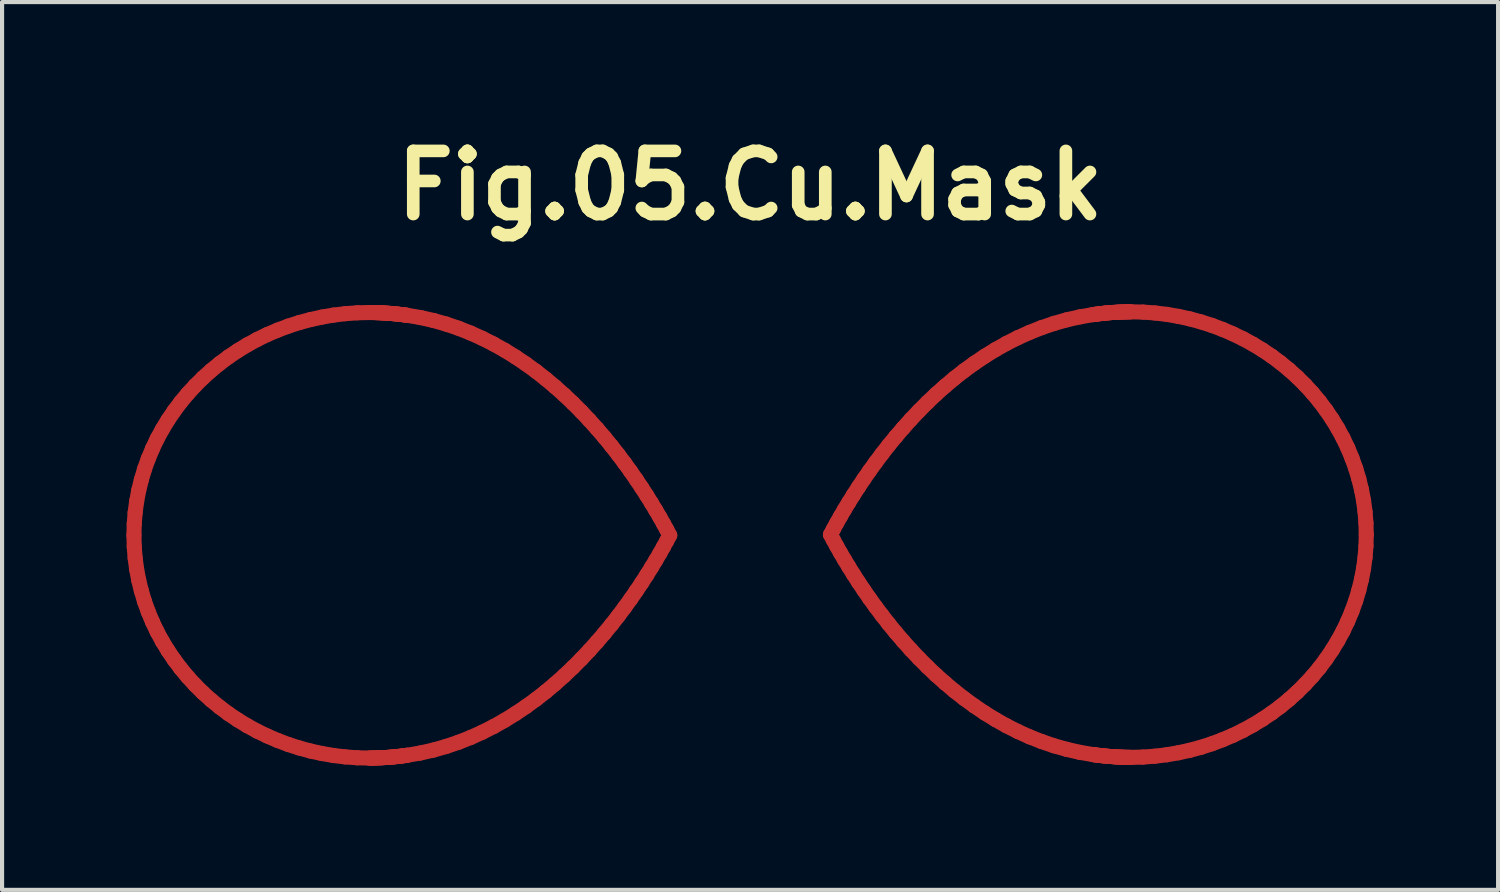
<source format=kicad_pcb>
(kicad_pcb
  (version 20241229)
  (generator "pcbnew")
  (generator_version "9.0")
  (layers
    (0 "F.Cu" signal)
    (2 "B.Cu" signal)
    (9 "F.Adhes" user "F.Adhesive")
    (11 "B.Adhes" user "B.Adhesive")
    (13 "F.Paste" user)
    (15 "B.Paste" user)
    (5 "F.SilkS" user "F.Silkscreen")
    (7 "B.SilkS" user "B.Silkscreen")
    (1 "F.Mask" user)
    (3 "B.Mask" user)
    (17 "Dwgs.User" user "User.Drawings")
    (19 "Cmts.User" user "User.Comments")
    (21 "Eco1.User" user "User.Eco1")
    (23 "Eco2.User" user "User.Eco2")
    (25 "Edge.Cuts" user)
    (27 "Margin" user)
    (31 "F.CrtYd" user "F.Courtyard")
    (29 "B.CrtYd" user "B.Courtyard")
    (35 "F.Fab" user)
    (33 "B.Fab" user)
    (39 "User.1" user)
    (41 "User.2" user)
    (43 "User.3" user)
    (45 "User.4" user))
  (footprint "Fig.05.Cu.Mask"
    (layer "F.Cu")
    (at 15.05 9.858)
    (property "Reference" "Fig.05.Cu.Mask" (at 0 -8.432 0) (layer "F.SilkS") (effects (font (size 1.524 1.524) (thickness 0.305))))
    (attr smd)
    (fp_line (start -14.868 0.009) (end -14.861 -0.267) (stroke (width 0.363) (type solid)) (layer "F.Cu"))
    (fp_line (start -14.861 0.285) (end -14.868 0.009) (stroke (width 0.363) (type solid)) (layer "F.Cu"))
    (fp_line (start -14.861 -0.267) (end -14.839 -0.539) (stroke (width 0.363) (type solid)) (layer "F.Cu"))
    (fp_line (start -14.839 0.558) (end -14.861 0.285) (stroke (width 0.363) (type solid)) (layer "F.Cu"))
    (fp_line (start -14.839 -0.539) (end -14.803 -0.808) (stroke (width 0.363) (type solid)) (layer "F.Cu"))
    (fp_line (start -14.803 0.826) (end -14.839 0.558) (stroke (width 0.363) (type solid)) (layer "F.Cu"))
    (fp_line (start -14.803 -0.808) (end -14.753 -1.072) (stroke (width 0.363) (type solid)) (layer "F.Cu"))
    (fp_line (start -14.753 1.09) (end -14.803 0.826) (stroke (width 0.363) (type solid)) (layer "F.Cu"))
    (fp_line (start -14.753 -1.072) (end -14.689 -1.332) (stroke (width 0.363) (type solid)) (layer "F.Cu"))
    (fp_line (start -14.689 1.35) (end -14.753 1.09) (stroke (width 0.363) (type solid)) (layer "F.Cu"))
    (fp_line (start -14.689 -1.332) (end -14.613 -1.587) (stroke (width 0.363) (type solid)) (layer "F.Cu"))
    (fp_line (start -14.613 1.605) (end -14.689 1.35) (stroke (width 0.363) (type solid)) (layer "F.Cu"))
    (fp_line (start -14.613 -1.587) (end -14.523 -1.837) (stroke (width 0.363) (type solid)) (layer "F.Cu"))
    (fp_line (start -14.523 1.854) (end -14.613 1.605) (stroke (width 0.363) (type solid)) (layer "F.Cu"))
    (fp_line (start -14.523 -1.837) (end -14.421 -2.081) (stroke (width 0.363) (type solid)) (layer "F.Cu"))
    (fp_line (start -14.421 2.098) (end -14.523 1.854) (stroke (width 0.363) (type solid)) (layer "F.Cu"))
    (fp_line (start -14.421 -2.081) (end -14.308 -2.319) (stroke (width 0.363) (type solid)) (layer "F.Cu"))
    (fp_line (start -14.308 2.336) (end -14.421 2.098) (stroke (width 0.363) (type solid)) (layer "F.Cu"))
    (fp_line (start -14.308 -2.319) (end -14.182 -2.55) (stroke (width 0.363) (type solid)) (layer "F.Cu"))
    (fp_line (start -14.182 2.568) (end -14.308 2.336) (stroke (width 0.363) (type solid)) (layer "F.Cu"))
    (fp_line (start -14.182 -2.55) (end -14.045 -2.776) (stroke (width 0.363) (type solid)) (layer "F.Cu"))
    (fp_line (start -14.045 2.793) (end -14.182 2.568) (stroke (width 0.363) (type solid)) (layer "F.Cu"))
    (fp_line (start -14.045 -2.776) (end -13.897 -2.994) (stroke (width 0.363) (type solid)) (layer "F.Cu"))
    (fp_line (start -13.897 3.011) (end -14.045 2.793) (stroke (width 0.363) (type solid)) (layer "F.Cu"))
    (fp_line (start -13.897 -2.994) (end -13.739 -3.205) (stroke (width 0.363) (type solid)) (layer "F.Cu"))
    (fp_line (start -13.739 3.222) (end -13.897 3.011) (stroke (width 0.363) (type solid)) (layer "F.Cu"))
    (fp_line (start -13.739 -3.205) (end -13.57 -3.408) (stroke (width 0.363) (type solid)) (layer "F.Cu"))
    (fp_line (start -13.57 3.425) (end -13.739 3.222) (stroke (width 0.363) (type solid)) (layer "F.Cu"))
    (fp_line (start -13.57 -3.408) (end -13.391 -3.603) (stroke (width 0.363) (type solid)) (layer "F.Cu"))
    (fp_line (start -13.392 3.62) (end -13.57 3.425) (stroke (width 0.363) (type solid)) (layer "F.Cu"))
    (fp_line (start -13.391 -3.603) (end -13.203 -3.79) (stroke (width 0.363) (type solid)) (layer "F.Cu"))
    (fp_line (start -13.204 3.807) (end -13.392 3.62) (stroke (width 0.363) (type solid)) (layer "F.Cu"))
    (fp_line (start -13.203 -3.79) (end -13.006 -3.968) (stroke (width 0.363) (type solid)) (layer "F.Cu"))
    (fp_line (start -13.006 3.985) (end -13.204 3.807) (stroke (width 0.363) (type solid)) (layer "F.Cu"))
    (fp_line (start -13.006 -3.968) (end -12.8 -4.137) (stroke (width 0.363) (type solid)) (layer "F.Cu"))
    (fp_line (start -12.8 4.154) (end -13.006 3.985) (stroke (width 0.363) (type solid)) (layer "F.Cu"))
    (fp_line (start -12.8 -4.137) (end -12.585 -4.297) (stroke (width 0.363) (type solid)) (layer "F.Cu"))
    (fp_line (start -12.586 4.314) (end -12.8 4.154) (stroke (width 0.363) (type solid)) (layer "F.Cu"))
    (fp_line (start -12.585 -4.297) (end -12.362 -4.447) (stroke (width 0.363) (type solid)) (layer "F.Cu"))
    (fp_line (start -12.363 4.464) (end -12.586 4.314) (stroke (width 0.363) (type solid)) (layer "F.Cu"))
    (fp_line (start -12.362 -4.447) (end -12.132 -4.587) (stroke (width 0.363) (type solid)) (layer "F.Cu"))
    (fp_line (start -12.133 4.604) (end -12.363 4.464) (stroke (width 0.363) (type solid)) (layer "F.Cu"))
    (fp_line (start -12.132 -4.587) (end -11.894 -4.717) (stroke (width 0.363) (type solid)) (layer "F.Cu"))
    (fp_line (start -11.895 4.734) (end -12.133 4.604) (stroke (width 0.363) (type solid)) (layer "F.Cu"))
    (fp_line (start -11.894 -4.717) (end -11.649 -4.836) (stroke (width 0.363) (type solid)) (layer "F.Cu"))
    (fp_line (start -11.65 4.852) (end -11.895 4.734) (stroke (width 0.363) (type solid)) (layer "F.Cu"))
    (fp_line (start -11.649 -4.836) (end -11.397 -4.943) (stroke (width 0.363) (type solid)) (layer "F.Cu"))
    (fp_line (start -11.399 4.96) (end -11.65 4.852) (stroke (width 0.363) (type solid)) (layer "F.Cu"))
    (fp_line (start -11.397 -4.943) (end -11.14 -5.04) (stroke (width 0.363) (type solid)) (layer "F.Cu"))
    (fp_line (start -11.141 5.057) (end -11.399 4.96) (stroke (width 0.363) (type solid)) (layer "F.Cu"))
    (fp_line (start -11.14 -5.04) (end -10.876 -5.125) (stroke (width 0.363) (type solid)) (layer "F.Cu"))
    (fp_line (start -10.878 5.141) (end -11.141 5.057) (stroke (width 0.363) (type solid)) (layer "F.Cu"))
    (fp_line (start -10.876 -5.125) (end -10.606 -5.197) (stroke (width 0.363) (type solid)) (layer "F.Cu"))
    (fp_line (start -10.609 5.214) (end -10.878 5.141) (stroke (width 0.363) (type solid)) (layer "F.Cu"))
    (fp_line (start -10.606 -5.197) (end -10.332 -5.257) (stroke (width 0.363) (type solid)) (layer "F.Cu"))
    (fp_line (start -10.334 5.274) (end -10.609 5.214) (stroke (width 0.363) (type solid)) (layer "F.Cu"))
    (fp_line (start -10.332 -5.257) (end -10.052 -5.305) (stroke (width 0.363) (type solid)) (layer "F.Cu"))
    (fp_line (start -10.055 5.322) (end -10.334 5.274) (stroke (width 0.363) (type solid)) (layer "F.Cu"))
    (fp_line (start -10.052 -5.305) (end -9.768 -5.339) (stroke (width 0.363) (type solid)) (layer "F.Cu"))
    (fp_line (start -9.771 5.356) (end -10.055 5.322) (stroke (width 0.363) (type solid)) (layer "F.Cu"))
    (fp_line (start -9.768 -5.339) (end -9.48 -5.36) (stroke (width 0.363) (type solid)) (layer "F.Cu"))
    (fp_line (start -9.484 5.377) (end -9.771 5.356) (stroke (width 0.363) (type solid)) (layer "F.Cu"))
    (fp_line (start -9.48 -5.36) (end -9.188 -5.367) (stroke (width 0.363) (type solid)) (layer "F.Cu"))
    (fp_line (start -9.192 5.384) (end -9.484 5.377) (stroke (width 0.363) (type solid)) (layer "F.Cu"))
    (fp_line (start -9.188 -5.367) (end -9.16 -5.367) (stroke (width 0.363) (type solid)) (layer "F.Cu"))
    (fp_line (start -9.164 5.384) (end -9.192 5.384) (stroke (width 0.363) (type solid)) (layer "F.Cu"))
    (fp_line (start -9.16 -5.367) (end -9.132 -5.367) (stroke (width 0.363) (type solid)) (layer "F.Cu"))
    (fp_line (start -9.135 5.383) (end -9.164 5.384) (stroke (width 0.363) (type solid)) (layer "F.Cu"))
    (fp_line (start -9.132 -5.367) (end -9.104 -5.366) (stroke (width 0.363) (type solid)) (layer "F.Cu"))
    (fp_line (start -9.107 5.383) (end -9.135 5.383) (stroke (width 0.363) (type solid)) (layer "F.Cu"))
    (fp_line (start -9.104 -5.366) (end -9.075 -5.366) (stroke (width 0.363) (type solid)) (layer "F.Cu"))
    (fp_line (start -9.078 5.383) (end -9.107 5.383) (stroke (width 0.363) (type solid)) (layer "F.Cu"))
    (fp_line (start -9.075 -5.366) (end -9.047 -5.365) (stroke (width 0.363) (type solid)) (layer "F.Cu"))
    (fp_line (start -9.05 5.382) (end -9.078 5.383) (stroke (width 0.363) (type solid)) (layer "F.Cu"))
    (fp_line (start -9.047 -5.365) (end -9.019 -5.364) (stroke (width 0.363) (type solid)) (layer "F.Cu"))
    (fp_line (start -9.021 5.381) (end -9.05 5.382) (stroke (width 0.363) (type solid)) (layer "F.Cu"))
    (fp_line (start -9.019 -5.364) (end -8.99 -5.363) (stroke (width 0.363) (type solid)) (layer "F.Cu"))
    (fp_line (start -8.993 5.38) (end -9.021 5.381) (stroke (width 0.363) (type solid)) (layer "F.Cu"))
    (fp_line (start -8.99 -5.363) (end -8.962 -5.362) (stroke (width 0.363) (type solid)) (layer "F.Cu"))
    (fp_line (start -8.964 5.379) (end -8.993 5.38) (stroke (width 0.363) (type solid)) (layer "F.Cu"))
    (fp_line (start -8.962 -5.362) (end -8.933 -5.361) (stroke (width 0.363) (type solid)) (layer "F.Cu"))
    (fp_line (start -8.936 5.378) (end -8.964 5.379) (stroke (width 0.363) (type solid)) (layer "F.Cu"))
    (fp_line (start -8.933 -5.361) (end -8.905 -5.36) (stroke (width 0.363) (type solid)) (layer "F.Cu"))
    (fp_line (start -8.907 5.377) (end -8.936 5.378) (stroke (width 0.363) (type solid)) (layer "F.Cu"))
    (fp_line (start -8.905 -5.36) (end -8.877 -5.358) (stroke (width 0.363) (type solid)) (layer "F.Cu"))
    (fp_line (start -8.878 5.376) (end -8.907 5.377) (stroke (width 0.363) (type solid)) (layer "F.Cu"))
    (fp_line (start -8.877 -5.358) (end -8.848 -5.357) (stroke (width 0.363) (type solid)) (layer "F.Cu"))
    (fp_line (start -8.85 5.374) (end -8.878 5.376) (stroke (width 0.363) (type solid)) (layer "F.Cu"))
    (fp_line (start -8.848 -5.357) (end -8.82 -5.355) (stroke (width 0.363) (type solid)) (layer "F.Cu"))
    (fp_line (start -8.821 5.372) (end -8.85 5.374) (stroke (width 0.363) (type solid)) (layer "F.Cu"))
    (fp_line (start -8.82 -5.355) (end -8.791 -5.353) (stroke (width 0.363) (type solid)) (layer "F.Cu"))
    (fp_line (start -8.793 5.371) (end -8.821 5.372) (stroke (width 0.363) (type solid)) (layer "F.Cu"))
    (fp_line (start -8.791 -5.353) (end -8.763 -5.351) (stroke (width 0.363) (type solid)) (layer "F.Cu"))
    (fp_line (start -8.764 5.369) (end -8.793 5.371) (stroke (width 0.363) (type solid)) (layer "F.Cu"))
    (fp_line (start -8.763 -5.351) (end -8.734 -5.349) (stroke (width 0.363) (type solid)) (layer "F.Cu"))
    (fp_line (start -8.735 5.367) (end -8.764 5.369) (stroke (width 0.363) (type solid)) (layer "F.Cu"))
    (fp_line (start -8.734 -5.349) (end -8.706 -5.347) (stroke (width 0.363) (type solid)) (layer "F.Cu"))
    (fp_line (start -8.707 5.365) (end -8.735 5.367) (stroke (width 0.363) (type solid)) (layer "F.Cu"))
    (fp_line (start -8.706 -5.347) (end -8.677 -5.345) (stroke (width 0.363) (type solid)) (layer "F.Cu"))
    (fp_line (start -8.678 5.362) (end -8.707 5.365) (stroke (width 0.363) (type solid)) (layer "F.Cu"))
    (fp_line (start -8.677 -5.345) (end -8.649 -5.342) (stroke (width 0.363) (type solid)) (layer "F.Cu"))
    (fp_line (start -8.65 5.36) (end -8.678 5.362) (stroke (width 0.363) (type solid)) (layer "F.Cu"))
    (fp_line (start -8.649 -5.342) (end -8.62 -5.34) (stroke (width 0.363) (type solid)) (layer "F.Cu"))
    (fp_line (start -8.621 5.357) (end -8.65 5.36) (stroke (width 0.363) (type solid)) (layer "F.Cu"))
    (fp_line (start -8.62 -5.34) (end -8.592 -5.337) (stroke (width 0.363) (type solid)) (layer "F.Cu"))
    (fp_line (start -8.593 5.355) (end -8.621 5.357) (stroke (width 0.363) (type solid)) (layer "F.Cu"))
    (fp_line (start -8.592 -5.337) (end -8.563 -5.334) (stroke (width 0.363) (type solid)) (layer "F.Cu"))
    (fp_line (start -8.564 5.352) (end -8.593 5.355) (stroke (width 0.363) (type solid)) (layer "F.Cu"))
    (fp_line (start -8.563 -5.334) (end -8.535 -5.332) (stroke (width 0.363) (type solid)) (layer "F.Cu"))
    (fp_line (start -8.535 5.349) (end -8.564 5.352) (stroke (width 0.363) (type solid)) (layer "F.Cu"))
    (fp_line (start -8.535 -5.332) (end -8.506 -5.329) (stroke (width 0.363) (type solid)) (layer "F.Cu"))
    (fp_line (start -8.507 5.346) (end -8.535 5.349) (stroke (width 0.363) (type solid)) (layer "F.Cu"))
    (fp_line (start -8.506 -5.329) (end -8.478 -5.326) (stroke (width 0.363) (type solid)) (layer "F.Cu"))
    (fp_line (start -8.478 5.343) (end -8.507 5.346) (stroke (width 0.363) (type solid)) (layer "F.Cu"))
    (fp_line (start -8.478 -5.326) (end -8.449 -5.322) (stroke (width 0.363) (type solid)) (layer "F.Cu"))
    (fp_line (start -8.45 5.34) (end -8.478 5.343) (stroke (width 0.363) (type solid)) (layer "F.Cu"))
    (fp_line (start -8.449 -5.322) (end -8.421 -5.319) (stroke (width 0.363) (type solid)) (layer "F.Cu"))
    (fp_line (start -8.422 5.336) (end -8.45 5.34) (stroke (width 0.363) (type solid)) (layer "F.Cu"))
    (fp_line (start -8.421 -5.319) (end -8.392 -5.316) (stroke (width 0.363) (type solid)) (layer "F.Cu"))
    (fp_line (start -8.393 5.333) (end -8.422 5.336) (stroke (width 0.363) (type solid)) (layer "F.Cu"))
    (fp_line (start -8.392 -5.316) (end -8.364 -5.312) (stroke (width 0.363) (type solid)) (layer "F.Cu"))
    (fp_line (start -8.365 5.329) (end -8.393 5.333) (stroke (width 0.363) (type solid)) (layer "F.Cu"))
    (fp_line (start -8.364 -5.312) (end -8.335 -5.309) (stroke (width 0.363) (type solid)) (layer "F.Cu"))
    (fp_line (start -8.336 5.325) (end -8.365 5.329) (stroke (width 0.363) (type solid)) (layer "F.Cu"))
    (fp_line (start -8.335 -5.309) (end -8.307 -5.305) (stroke (width 0.363) (type solid)) (layer "F.Cu"))
    (fp_line (start -8.308 5.321) (end -8.336 5.325) (stroke (width 0.363) (type solid)) (layer "F.Cu"))
    (fp_line (start -8.307 -5.305) (end -8.279 -5.301) (stroke (width 0.363) (type solid)) (layer "F.Cu"))
    (fp_line (start -8.28 5.317) (end -8.308 5.321) (stroke (width 0.363) (type solid)) (layer "F.Cu"))
    (fp_line (start -8.28 5.317) (end -8.28 5.317) (stroke (width 0.363) (type solid)) (layer "F.Cu"))
    (fp_line (start -8.279 -5.301) (end -7.956 -5.246) (stroke (width 0.363) (type solid)) (layer "F.Cu"))
    (fp_line (start -7.957 5.262) (end -8.28 5.317) (stroke (width 0.363) (type solid)) (layer "F.Cu"))
    (fp_line (start -7.956 -5.246) (end -7.641 -5.175) (stroke (width 0.363) (type solid)) (layer "F.Cu"))
    (fp_line (start -7.642 5.191) (end -7.957 5.262) (stroke (width 0.363) (type solid)) (layer "F.Cu"))
    (fp_line (start -7.641 -5.175) (end -7.334 -5.088) (stroke (width 0.363) (type solid)) (layer "F.Cu"))
    (fp_line (start -7.335 5.104) (end -7.642 5.191) (stroke (width 0.363) (type solid)) (layer "F.Cu"))
    (fp_line (start -7.334 -5.088) (end -7.036 -4.987) (stroke (width 0.363) (type solid)) (layer "F.Cu"))
    (fp_line (start -7.036 5.003) (end -7.335 5.104) (stroke (width 0.363) (type solid)) (layer "F.Cu"))
    (fp_line (start -7.036 -4.987) (end -6.745 -4.872) (stroke (width 0.363) (type solid)) (layer "F.Cu"))
    (fp_line (start -6.745 4.888) (end -7.036 5.003) (stroke (width 0.363) (type solid)) (layer "F.Cu"))
    (fp_line (start -6.745 -4.872) (end -6.462 -4.744) (stroke (width 0.363) (type solid)) (layer "F.Cu"))
    (fp_line (start -6.463 4.761) (end -6.745 4.888) (stroke (width 0.363) (type solid)) (layer "F.Cu"))
    (fp_line (start -6.462 -4.744) (end -6.187 -4.605) (stroke (width 0.363) (type solid)) (layer "F.Cu"))
    (fp_line (start -6.188 4.622) (end -6.463 4.761) (stroke (width 0.363) (type solid)) (layer "F.Cu"))
    (fp_line (start -6.187 -4.605) (end -5.92 -4.455) (stroke (width 0.363) (type solid)) (layer "F.Cu"))
    (fp_line (start -5.921 4.472) (end -6.188 4.622) (stroke (width 0.363) (type solid)) (layer "F.Cu"))
    (fp_line (start -5.92 -4.455) (end -5.661 -4.295) (stroke (width 0.363) (type solid)) (layer "F.Cu"))
    (fp_line (start -5.662 4.312) (end -5.921 4.472) (stroke (width 0.363) (type solid)) (layer "F.Cu"))
    (fp_line (start -5.661 -4.295) (end -5.41 -4.126) (stroke (width 0.363) (type solid)) (layer "F.Cu"))
    (fp_line (start -5.411 4.143) (end -5.662 4.312) (stroke (width 0.363) (type solid)) (layer "F.Cu"))
    (fp_line (start -5.41 -4.126) (end -5.167 -3.95) (stroke (width 0.363) (type solid)) (layer "F.Cu"))
    (fp_line (start -5.168 3.967) (end -5.411 4.143) (stroke (width 0.363) (type solid)) (layer "F.Cu"))
    (fp_line (start -5.167 -3.95) (end -4.932 -3.765) (stroke (width 0.363) (type solid)) (layer "F.Cu"))
    (fp_line (start -4.933 3.783) (end -5.168 3.967) (stroke (width 0.363) (type solid)) (layer "F.Cu"))
    (fp_line (start -4.932 -3.765) (end -4.706 -3.575) (stroke (width 0.363) (type solid)) (layer "F.Cu"))
    (fp_line (start -4.706 3.592) (end -4.933 3.783) (stroke (width 0.363) (type solid)) (layer "F.Cu"))
    (fp_line (start -4.706 -3.575) (end -4.487 -3.38) (stroke (width 0.363) (type solid)) (layer "F.Cu"))
    (fp_line (start -4.487 3.397) (end -4.706 3.592) (stroke (width 0.363) (type solid)) (layer "F.Cu"))
    (fp_line (start -4.487 -3.38) (end -4.276 -3.18) (stroke (width 0.363) (type solid)) (layer "F.Cu"))
    (fp_line (start -4.277 3.197) (end -4.487 3.397) (stroke (width 0.363) (type solid)) (layer "F.Cu"))
    (fp_line (start -4.276 -3.18) (end -4.073 -2.976) (stroke (width 0.363) (type solid)) (layer "F.Cu"))
    (fp_line (start -4.074 2.993) (end -4.277 3.197) (stroke (width 0.363) (type solid)) (layer "F.Cu"))
    (fp_line (start -4.073 -2.976) (end -3.879 -2.77) (stroke (width 0.363) (type solid)) (layer "F.Cu"))
    (fp_line (start -3.879 2.787) (end -4.074 2.993) (stroke (width 0.363) (type solid)) (layer "F.Cu"))
    (fp_line (start -3.879 -2.77) (end -3.692 -2.562) (stroke (width 0.363) (type solid)) (layer "F.Cu"))
    (fp_line (start -3.693 2.579) (end -3.879 2.787) (stroke (width 0.363) (type solid)) (layer "F.Cu"))
    (fp_line (start -3.692 -2.562) (end -3.514 -2.354) (stroke (width 0.363) (type solid)) (layer "F.Cu"))
    (fp_line (start -3.515 2.371) (end -3.693 2.579) (stroke (width 0.363) (type solid)) (layer "F.Cu"))
    (fp_line (start -3.514 -2.354) (end -3.344 -2.145) (stroke (width 0.363) (type solid)) (layer "F.Cu"))
    (fp_line (start -3.344 2.163) (end -3.515 2.371) (stroke (width 0.363) (type solid)) (layer "F.Cu"))
    (fp_line (start -3.344 -2.145) (end -3.182 -1.938) (stroke (width 0.363) (type solid)) (layer "F.Cu"))
    (fp_line (start -3.182 1.955) (end -3.344 2.163) (stroke (width 0.363) (type solid)) (layer "F.Cu"))
    (fp_line (start -3.182 -1.938) (end -3.028 -1.733) (stroke (width 0.363) (type solid)) (layer "F.Cu"))
    (fp_line (start -3.028 1.75) (end -3.182 1.955) (stroke (width 0.363) (type solid)) (layer "F.Cu"))
    (fp_line (start -3.028 -1.733) (end -2.882 -1.531) (stroke (width 0.363) (type solid)) (layer "F.Cu"))
    (fp_line (start -2.883 1.548) (end -3.028 1.75) (stroke (width 0.363) (type solid)) (layer "F.Cu"))
    (fp_line (start -2.882 -1.531) (end -2.744 -1.332) (stroke (width 0.363) (type solid)) (layer "F.Cu"))
    (fp_line (start -2.745 1.349) (end -2.883 1.548) (stroke (width 0.363) (type solid)) (layer "F.Cu"))
    (fp_line (start -2.744 -1.332) (end -2.615 -1.139) (stroke (width 0.363) (type solid)) (layer "F.Cu"))
    (fp_line (start -2.615 1.155) (end -2.745 1.349) (stroke (width 0.363) (type solid)) (layer "F.Cu"))
    (fp_line (start -2.615 -1.139) (end -2.494 -0.951) (stroke (width 0.363) (type solid)) (layer "F.Cu"))
    (fp_line (start -2.494 0.967) (end -2.615 1.155) (stroke (width 0.363) (type solid)) (layer "F.Cu"))
    (fp_line (start -2.494 -0.951) (end -2.381 -0.769) (stroke (width 0.363) (type solid)) (layer "F.Cu"))
    (fp_line (start -2.381 0.785) (end -2.494 0.967) (stroke (width 0.363) (type solid)) (layer "F.Cu"))
    (fp_line (start -2.381 -0.769) (end -2.276 -0.595) (stroke (width 0.363) (type solid)) (layer "F.Cu"))
    (fp_line (start -2.276 0.611) (end -2.381 0.785) (stroke (width 0.363) (type solid)) (layer "F.Cu"))
    (fp_line (start -2.276 -0.595) (end -2.179 -0.43) (stroke (width 0.363) (type solid)) (layer "F.Cu"))
    (fp_line (start -2.179 0.445) (end -2.276 0.611) (stroke (width 0.363) (type solid)) (layer "F.Cu"))
    (fp_line (start -2.179 -0.43) (end -2.091 -0.273) (stroke (width 0.363) (type solid)) (layer "F.Cu"))
    (fp_line (start -2.091 0.289) (end -2.179 0.445) (stroke (width 0.363) (type solid)) (layer "F.Cu"))
    (fp_line (start -2.091 -0.273) (end -2.011 -0.127) (stroke (width 0.363) (type solid)) (layer "F.Cu"))
    (fp_line (start -2.011 0.143) (end -2.091 0.289) (stroke (width 0.363) (type solid)) (layer "F.Cu"))
    (fp_line (start -2.011 -0.127) (end -1.939 0.008) (stroke (width 0.363) (type solid)) (layer "F.Cu"))
    (fp_line (start -1.939 0.008) (end -2.011 0.143) (stroke (width 0.363) (type solid)) (layer "F.Cu"))
    (fp_line (start 1.939 -0.008) (end 2.011 -0.143) (stroke (width 0.363) (type solid)) (layer "F.Cu"))
    (fp_line (start 2.011 0.127) (end 1.939 -0.008) (stroke (width 0.363) (type solid)) (layer "F.Cu"))
    (fp_line (start 2.011 -0.143) (end 2.091 -0.289) (stroke (width 0.363) (type solid)) (layer "F.Cu"))
    (fp_line (start 2.091 0.273) (end 2.011 0.127) (stroke (width 0.363) (type solid)) (layer "F.Cu"))
    (fp_line (start 2.091 -0.289) (end 2.179 -0.445) (stroke (width 0.363) (type solid)) (layer "F.Cu"))
    (fp_line (start 2.179 0.43) (end 2.091 0.273) (stroke (width 0.363) (type solid)) (layer "F.Cu"))
    (fp_line (start 2.179 -0.445) (end 2.276 -0.611) (stroke (width 0.363) (type solid)) (layer "F.Cu"))
    (fp_line (start 2.276 0.595) (end 2.179 0.43) (stroke (width 0.363) (type solid)) (layer "F.Cu"))
    (fp_line (start 2.276 -0.611) (end 2.381 -0.785) (stroke (width 0.363) (type solid)) (layer "F.Cu"))
    (fp_line (start 2.381 0.769) (end 2.276 0.595) (stroke (width 0.363) (type solid)) (layer "F.Cu"))
    (fp_line (start 2.381 -0.785) (end 2.494 -0.967) (stroke (width 0.363) (type solid)) (layer "F.Cu"))
    (fp_line (start 2.494 0.95) (end 2.381 0.769) (stroke (width 0.363) (type solid)) (layer "F.Cu"))
    (fp_line (start 2.494 -0.967) (end 2.616 -1.155) (stroke (width 0.363) (type solid)) (layer "F.Cu"))
    (fp_line (start 2.615 1.139) (end 2.494 0.95) (stroke (width 0.363) (type solid)) (layer "F.Cu"))
    (fp_line (start 2.616 -1.155) (end 2.745 -1.349) (stroke (width 0.363) (type solid)) (layer "F.Cu"))
    (fp_line (start 2.745 1.332) (end 2.615 1.139) (stroke (width 0.363) (type solid)) (layer "F.Cu"))
    (fp_line (start 2.745 -1.349) (end 2.883 -1.548) (stroke (width 0.363) (type solid)) (layer "F.Cu"))
    (fp_line (start 2.882 1.531) (end 2.745 1.332) (stroke (width 0.363) (type solid)) (layer "F.Cu"))
    (fp_line (start 2.883 -1.548) (end 3.028 -1.75) (stroke (width 0.363) (type solid)) (layer "F.Cu"))
    (fp_line (start 3.028 1.733) (end 2.882 1.531) (stroke (width 0.363) (type solid)) (layer "F.Cu"))
    (fp_line (start 3.028 -1.75) (end 3.182 -1.955) (stroke (width 0.363) (type solid)) (layer "F.Cu"))
    (fp_line (start 3.182 1.938) (end 3.028 1.733) (stroke (width 0.363) (type solid)) (layer "F.Cu"))
    (fp_line (start 3.182 -1.955) (end 3.344 -2.163) (stroke (width 0.363) (type solid)) (layer "F.Cu"))
    (fp_line (start 3.344 2.145) (end 3.182 1.938) (stroke (width 0.363) (type solid)) (layer "F.Cu"))
    (fp_line (start 3.344 -2.163) (end 3.515 -2.371) (stroke (width 0.363) (type solid)) (layer "F.Cu"))
    (fp_line (start 3.514 2.354) (end 3.344 2.145) (stroke (width 0.363) (type solid)) (layer "F.Cu"))
    (fp_line (start 3.515 -2.371) (end 3.693 -2.579) (stroke (width 0.363) (type solid)) (layer "F.Cu"))
    (fp_line (start 3.693 2.562) (end 3.514 2.354) (stroke (width 0.363) (type solid)) (layer "F.Cu"))
    (fp_line (start 3.693 -2.579) (end 3.879 -2.787) (stroke (width 0.363) (type solid)) (layer "F.Cu"))
    (fp_line (start 3.879 2.77) (end 3.693 2.562) (stroke (width 0.363) (type solid)) (layer "F.Cu"))
    (fp_line (start 3.879 -2.787) (end 4.074 -2.993) (stroke (width 0.363) (type solid)) (layer "F.Cu"))
    (fp_line (start 4.074 2.976) (end 3.879 2.77) (stroke (width 0.363) (type solid)) (layer "F.Cu"))
    (fp_line (start 4.074 -2.993) (end 4.277 -3.197) (stroke (width 0.363) (type solid)) (layer "F.Cu"))
    (fp_line (start 4.276 3.179) (end 4.074 2.976) (stroke (width 0.363) (type solid)) (layer "F.Cu"))
    (fp_line (start 4.277 -3.197) (end 4.487 -3.397) (stroke (width 0.363) (type solid)) (layer "F.Cu"))
    (fp_line (start 4.487 3.38) (end 4.276 3.179) (stroke (width 0.363) (type solid)) (layer "F.Cu"))
    (fp_line (start 4.487 -3.397) (end 4.706 -3.592) (stroke (width 0.363) (type solid)) (layer "F.Cu"))
    (fp_line (start 4.706 3.575) (end 4.487 3.38) (stroke (width 0.363) (type solid)) (layer "F.Cu"))
    (fp_line (start 4.706 -3.592) (end 4.933 -3.783) (stroke (width 0.363) (type solid)) (layer "F.Cu"))
    (fp_line (start 4.932 3.765) (end 4.706 3.575) (stroke (width 0.363) (type solid)) (layer "F.Cu"))
    (fp_line (start 4.933 -3.783) (end 5.168 -3.967) (stroke (width 0.363) (type solid)) (layer "F.Cu"))
    (fp_line (start 5.167 3.949) (end 4.932 3.765) (stroke (width 0.363) (type solid)) (layer "F.Cu"))
    (fp_line (start 5.168 -3.967) (end 5.411 -4.143) (stroke (width 0.363) (type solid)) (layer "F.Cu"))
    (fp_line (start 5.41 4.126) (end 5.167 3.949) (stroke (width 0.363) (type solid)) (layer "F.Cu"))
    (fp_line (start 5.411 -4.143) (end 5.662 -4.312) (stroke (width 0.363) (type solid)) (layer "F.Cu"))
    (fp_line (start 5.661 4.295) (end 5.41 4.126) (stroke (width 0.363) (type solid)) (layer "F.Cu"))
    (fp_line (start 5.662 -4.312) (end 5.921 -4.472) (stroke (width 0.363) (type solid)) (layer "F.Cu"))
    (fp_line (start 5.92 4.455) (end 5.661 4.295) (stroke (width 0.363) (type solid)) (layer "F.Cu"))
    (fp_line (start 5.921 -4.472) (end 6.188 -4.622) (stroke (width 0.363) (type solid)) (layer "F.Cu"))
    (fp_line (start 6.187 4.605) (end 5.92 4.455) (stroke (width 0.363) (type solid)) (layer "F.Cu"))
    (fp_line (start 6.188 -4.622) (end 6.463 -4.761) (stroke (width 0.363) (type solid)) (layer "F.Cu"))
    (fp_line (start 6.462 4.744) (end 6.187 4.605) (stroke (width 0.363) (type solid)) (layer "F.Cu"))
    (fp_line (start 6.463 -4.761) (end 6.746 -4.888) (stroke (width 0.363) (type solid)) (layer "F.Cu"))
    (fp_line (start 6.745 4.872) (end 6.462 4.744) (stroke (width 0.363) (type solid)) (layer "F.Cu"))
    (fp_line (start 6.746 -4.888) (end 7.036 -5.003) (stroke (width 0.363) (type solid)) (layer "F.Cu"))
    (fp_line (start 7.036 4.986) (end 6.745 4.872) (stroke (width 0.363) (type solid)) (layer "F.Cu"))
    (fp_line (start 7.036 -5.003) (end 7.335 -5.104) (stroke (width 0.363) (type solid)) (layer "F.Cu"))
    (fp_line (start 7.334 5.088) (end 7.036 4.986) (stroke (width 0.363) (type solid)) (layer "F.Cu"))
    (fp_line (start 7.335 -5.104) (end 7.642 -5.191) (stroke (width 0.363) (type solid)) (layer "F.Cu"))
    (fp_line (start 7.641 5.174) (end 7.334 5.088) (stroke (width 0.363) (type solid)) (layer "F.Cu"))
    (fp_line (start 7.642 -5.191) (end 7.957 -5.262) (stroke (width 0.363) (type solid)) (layer "F.Cu"))
    (fp_line (start 7.956 5.246) (end 7.641 5.174) (stroke (width 0.363) (type solid)) (layer "F.Cu"))
    (fp_line (start 7.957 -5.262) (end 8.28 -5.317) (stroke (width 0.363) (type solid)) (layer "F.Cu"))
    (fp_line (start 8.279 5.301) (end 7.956 5.246) (stroke (width 0.363) (type solid)) (layer "F.Cu"))
    (fp_line (start 8.28 -5.317) (end 8.28 -5.317) (stroke (width 0.363) (type solid)) (layer "F.Cu"))
    (fp_line (start 8.28 -5.317) (end 8.308 -5.321) (stroke (width 0.363) (type solid)) (layer "F.Cu"))
    (fp_line (start 8.307 5.305) (end 8.279 5.301) (stroke (width 0.363) (type solid)) (layer "F.Cu"))
    (fp_line (start 8.308 -5.321) (end 8.336 -5.325) (stroke (width 0.363) (type solid)) (layer "F.Cu"))
    (fp_line (start 8.335 5.308) (end 8.307 5.305) (stroke (width 0.363) (type solid)) (layer "F.Cu"))
    (fp_line (start 8.336 -5.325) (end 8.365 -5.329) (stroke (width 0.363) (type solid)) (layer "F.Cu"))
    (fp_line (start 8.364 5.312) (end 8.335 5.308) (stroke (width 0.363) (type solid)) (layer "F.Cu"))
    (fp_line (start 8.365 -5.329) (end 8.393 -5.333) (stroke (width 0.363) (type solid)) (layer "F.Cu"))
    (fp_line (start 8.392 5.316) (end 8.364 5.312) (stroke (width 0.363) (type solid)) (layer "F.Cu"))
    (fp_line (start 8.393 -5.333) (end 8.422 -5.336) (stroke (width 0.363) (type solid)) (layer "F.Cu"))
    (fp_line (start 8.421 5.319) (end 8.392 5.316) (stroke (width 0.363) (type solid)) (layer "F.Cu"))
    (fp_line (start 8.422 -5.336) (end 8.45 -5.34) (stroke (width 0.363) (type solid)) (layer "F.Cu"))
    (fp_line (start 8.449 5.322) (end 8.421 5.319) (stroke (width 0.363) (type solid)) (layer "F.Cu"))
    (fp_line (start 8.45 -5.34) (end 8.478 -5.343) (stroke (width 0.363) (type solid)) (layer "F.Cu"))
    (fp_line (start 8.478 5.326) (end 8.449 5.322) (stroke (width 0.363) (type solid)) (layer "F.Cu"))
    (fp_line (start 8.478 -5.343) (end 8.507 -5.346) (stroke (width 0.363) (type solid)) (layer "F.Cu"))
    (fp_line (start 8.506 5.329) (end 8.478 5.326) (stroke (width 0.363) (type solid)) (layer "F.Cu"))
    (fp_line (start 8.507 -5.346) (end 8.535 -5.349) (stroke (width 0.363) (type solid)) (layer "F.Cu"))
    (fp_line (start 8.535 5.332) (end 8.506 5.329) (stroke (width 0.363) (type solid)) (layer "F.Cu"))
    (fp_line (start 8.535 -5.349) (end 8.564 -5.352) (stroke (width 0.363) (type solid)) (layer "F.Cu"))
    (fp_line (start 8.563 5.334) (end 8.535 5.332) (stroke (width 0.363) (type solid)) (layer "F.Cu"))
    (fp_line (start 8.564 -5.352) (end 8.593 -5.355) (stroke (width 0.363) (type solid)) (layer "F.Cu"))
    (fp_line (start 8.592 5.337) (end 8.563 5.334) (stroke (width 0.363) (type solid)) (layer "F.Cu"))
    (fp_line (start 8.593 -5.355) (end 8.621 -5.357) (stroke (width 0.363) (type solid)) (layer "F.Cu"))
    (fp_line (start 8.62 5.34) (end 8.592 5.337) (stroke (width 0.363) (type solid)) (layer "F.Cu"))
    (fp_line (start 8.621 -5.357) (end 8.65 -5.36) (stroke (width 0.363) (type solid)) (layer "F.Cu"))
    (fp_line (start 8.649 5.342) (end 8.62 5.34) (stroke (width 0.363) (type solid)) (layer "F.Cu"))
    (fp_line (start 8.65 -5.36) (end 8.678 -5.362) (stroke (width 0.363) (type solid)) (layer "F.Cu"))
    (fp_line (start 8.677 5.345) (end 8.649 5.342) (stroke (width 0.363) (type solid)) (layer "F.Cu"))
    (fp_line (start 8.678 -5.362) (end 8.707 -5.365) (stroke (width 0.363) (type solid)) (layer "F.Cu"))
    (fp_line (start 8.706 5.347) (end 8.677 5.345) (stroke (width 0.363) (type solid)) (layer "F.Cu"))
    (fp_line (start 8.707 -5.365) (end 8.735 -5.367) (stroke (width 0.363) (type solid)) (layer "F.Cu"))
    (fp_line (start 8.734 5.349) (end 8.706 5.347) (stroke (width 0.363) (type solid)) (layer "F.Cu"))
    (fp_line (start 8.735 -5.367) (end 8.764 -5.369) (stroke (width 0.363) (type solid)) (layer "F.Cu"))
    (fp_line (start 8.763 5.351) (end 8.734 5.349) (stroke (width 0.363) (type solid)) (layer "F.Cu"))
    (fp_line (start 8.764 -5.369) (end 8.793 -5.371) (stroke (width 0.363) (type solid)) (layer "F.Cu"))
    (fp_line (start 8.791 5.353) (end 8.763 5.351) (stroke (width 0.363) (type solid)) (layer "F.Cu"))
    (fp_line (start 8.793 -5.371) (end 8.821 -5.372) (stroke (width 0.363) (type solid)) (layer "F.Cu"))
    (fp_line (start 8.82 5.355) (end 8.791 5.353) (stroke (width 0.363) (type solid)) (layer "F.Cu"))
    (fp_line (start 8.821 -5.372) (end 8.85 -5.374) (stroke (width 0.363) (type solid)) (layer "F.Cu"))
    (fp_line (start 8.848 5.357) (end 8.82 5.355) (stroke (width 0.363) (type solid)) (layer "F.Cu"))
    (fp_line (start 8.85 -5.374) (end 8.878 -5.376) (stroke (width 0.363) (type solid)) (layer "F.Cu"))
    (fp_line (start 8.877 5.358) (end 8.848 5.357) (stroke (width 0.363) (type solid)) (layer "F.Cu"))
    (fp_line (start 8.878 -5.376) (end 8.907 -5.377) (stroke (width 0.363) (type solid)) (layer "F.Cu"))
    (fp_line (start 8.905 5.36) (end 8.877 5.358) (stroke (width 0.363) (type solid)) (layer "F.Cu"))
    (fp_line (start 8.907 -5.377) (end 8.936 -5.378) (stroke (width 0.363) (type solid)) (layer "F.Cu"))
    (fp_line (start 8.933 5.361) (end 8.905 5.36) (stroke (width 0.363) (type solid)) (layer "F.Cu"))
    (fp_line (start 8.936 -5.378) (end 8.964 -5.379) (stroke (width 0.363) (type solid)) (layer "F.Cu"))
    (fp_line (start 8.962 5.362) (end 8.933 5.361) (stroke (width 0.363) (type solid)) (layer "F.Cu"))
    (fp_line (start 8.964 -5.379) (end 8.993 -5.38) (stroke (width 0.363) (type solid)) (layer "F.Cu"))
    (fp_line (start 8.99 5.363) (end 8.962 5.362) (stroke (width 0.363) (type solid)) (layer "F.Cu"))
    (fp_line (start 8.993 -5.38) (end 9.021 -5.381) (stroke (width 0.363) (type solid)) (layer "F.Cu"))
    (fp_line (start 9.019 5.364) (end 8.99 5.363) (stroke (width 0.363) (type solid)) (layer "F.Cu"))
    (fp_line (start 9.021 -5.381) (end 9.05 -5.382) (stroke (width 0.363) (type solid)) (layer "F.Cu"))
    (fp_line (start 9.047 5.365) (end 9.019 5.364) (stroke (width 0.363) (type solid)) (layer "F.Cu"))
    (fp_line (start 9.05 -5.382) (end 9.078 -5.383) (stroke (width 0.363) (type solid)) (layer "F.Cu"))
    (fp_line (start 9.075 5.366) (end 9.047 5.365) (stroke (width 0.363) (type solid)) (layer "F.Cu"))
    (fp_line (start 9.078 -5.383) (end 9.107 -5.383) (stroke (width 0.363) (type solid)) (layer "F.Cu"))
    (fp_line (start 9.104 5.366) (end 9.075 5.366) (stroke (width 0.363) (type solid)) (layer "F.Cu"))
    (fp_line (start 9.107 -5.383) (end 9.135 -5.383) (stroke (width 0.363) (type solid)) (layer "F.Cu"))
    (fp_line (start 9.132 5.367) (end 9.104 5.366) (stroke (width 0.363) (type solid)) (layer "F.Cu"))
    (fp_line (start 9.135 -5.383) (end 9.164 -5.384) (stroke (width 0.363) (type solid)) (layer "F.Cu"))
    (fp_line (start 9.16 5.367) (end 9.132 5.367) (stroke (width 0.363) (type solid)) (layer "F.Cu"))
    (fp_line (start 9.164 -5.384) (end 9.192 -5.384) (stroke (width 0.363) (type solid)) (layer "F.Cu"))
    (fp_line (start 9.188 5.367) (end 9.16 5.367) (stroke (width 0.363) (type solid)) (layer "F.Cu"))
    (fp_line (start 9.192 -5.384) (end 9.484 -5.377) (stroke (width 0.363) (type solid)) (layer "F.Cu"))
    (fp_line (start 9.48 5.36) (end 9.188 5.367) (stroke (width 0.363) (type solid)) (layer "F.Cu"))
    (fp_line (start 9.484 -5.377) (end 9.771 -5.356) (stroke (width 0.363) (type solid)) (layer "F.Cu"))
    (fp_line (start 9.768 5.339) (end 9.48 5.36) (stroke (width 0.363) (type solid)) (layer "F.Cu"))
    (fp_line (start 9.771 -5.356) (end 10.055 -5.322) (stroke (width 0.363) (type solid)) (layer "F.Cu"))
    (fp_line (start 10.052 5.305) (end 9.768 5.339) (stroke (width 0.363) (type solid)) (layer "F.Cu"))
    (fp_line (start 10.055 -5.322) (end 10.334 -5.274) (stroke (width 0.363) (type solid)) (layer "F.Cu"))
    (fp_line (start 10.332 5.257) (end 10.052 5.305) (stroke (width 0.363) (type solid)) (layer "F.Cu"))
    (fp_line (start 10.334 -5.274) (end 10.609 -5.214) (stroke (width 0.363) (type solid)) (layer "F.Cu"))
    (fp_line (start 10.606 5.197) (end 10.332 5.257) (stroke (width 0.363) (type solid)) (layer "F.Cu"))
    (fp_line (start 10.609 -5.214) (end 10.878 -5.141) (stroke (width 0.363) (type solid)) (layer "F.Cu"))
    (fp_line (start 10.876 5.125) (end 10.606 5.197) (stroke (width 0.363) (type solid)) (layer "F.Cu"))
    (fp_line (start 10.878 -5.141) (end 11.141 -5.057) (stroke (width 0.363) (type solid)) (layer "F.Cu"))
    (fp_line (start 11.14 5.04) (end 10.876 5.125) (stroke (width 0.363) (type solid)) (layer "F.Cu"))
    (fp_line (start 11.141 -5.057) (end 11.399 -4.96) (stroke (width 0.363) (type solid)) (layer "F.Cu"))
    (fp_line (start 11.397 4.943) (end 11.14 5.04) (stroke (width 0.363) (type solid)) (layer "F.Cu"))
    (fp_line (start 11.399 -4.96) (end 11.65 -4.852) (stroke (width 0.363) (type solid)) (layer "F.Cu"))
    (fp_line (start 11.649 4.836) (end 11.397 4.943) (stroke (width 0.363) (type solid)) (layer "F.Cu"))
    (fp_line (start 11.65 -4.852) (end 11.895 -4.734) (stroke (width 0.363) (type solid)) (layer "F.Cu"))
    (fp_line (start 11.894 4.717) (end 11.649 4.836) (stroke (width 0.363) (type solid)) (layer "F.Cu"))
    (fp_line (start 11.895 -4.734) (end 12.133 -4.604) (stroke (width 0.363) (type solid)) (layer "F.Cu"))
    (fp_line (start 12.132 4.587) (end 11.894 4.717) (stroke (width 0.363) (type solid)) (layer "F.Cu"))
    (fp_line (start 12.133 -4.604) (end 12.363 -4.464) (stroke (width 0.363) (type solid)) (layer "F.Cu"))
    (fp_line (start 12.362 4.447) (end 12.132 4.587) (stroke (width 0.363) (type solid)) (layer "F.Cu"))
    (fp_line (start 12.363 -4.464) (end 12.586 -4.314) (stroke (width 0.363) (type solid)) (layer "F.Cu"))
    (fp_line (start 12.585 4.297) (end 12.362 4.447) (stroke (width 0.363) (type solid)) (layer "F.Cu"))
    (fp_line (start 12.586 -4.314) (end 12.8 -4.154) (stroke (width 0.363) (type solid)) (layer "F.Cu"))
    (fp_line (start 12.8 4.137) (end 12.585 4.297) (stroke (width 0.363) (type solid)) (layer "F.Cu"))
    (fp_line (start 12.8 -4.154) (end 13.006 -3.985) (stroke (width 0.363) (type solid)) (layer "F.Cu"))
    (fp_line (start 13.006 3.968) (end 12.8 4.137) (stroke (width 0.363) (type solid)) (layer "F.Cu"))
    (fp_line (start 13.006 -3.985) (end 13.204 -3.807) (stroke (width 0.363) (type solid)) (layer "F.Cu"))
    (fp_line (start 13.203 3.79) (end 13.006 3.968) (stroke (width 0.363) (type solid)) (layer "F.Cu"))
    (fp_line (start 13.204 -3.807) (end 13.392 -3.62) (stroke (width 0.363) (type solid)) (layer "F.Cu"))
    (fp_line (start 13.391 3.603) (end 13.203 3.79) (stroke (width 0.363) (type solid)) (layer "F.Cu"))
    (fp_line (start 13.392 -3.62) (end 13.57 -3.425) (stroke (width 0.363) (type solid)) (layer "F.Cu"))
    (fp_line (start 13.57 3.408) (end 13.391 3.603) (stroke (width 0.363) (type solid)) (layer "F.Cu"))
    (fp_line (start 13.57 -3.425) (end 13.739 -3.222) (stroke (width 0.363) (type solid)) (layer "F.Cu"))
    (fp_line (start 13.739 3.205) (end 13.57 3.408) (stroke (width 0.363) (type solid)) (layer "F.Cu"))
    (fp_line (start 13.739 -3.222) (end 13.897 -3.011) (stroke (width 0.363) (type solid)) (layer "F.Cu"))
    (fp_line (start 13.897 2.994) (end 13.739 3.205) (stroke (width 0.363) (type solid)) (layer "F.Cu"))
    (fp_line (start 13.897 -3.011) (end 14.045 -2.793) (stroke (width 0.363) (type solid)) (layer "F.Cu"))
    (fp_line (start 14.045 2.776) (end 13.897 2.994) (stroke (width 0.363) (type solid)) (layer "F.Cu"))
    (fp_line (start 14.045 -2.793) (end 14.182 -2.568) (stroke (width 0.363) (type solid)) (layer "F.Cu"))
    (fp_line (start 14.182 2.55) (end 14.045 2.776) (stroke (width 0.363) (type solid)) (layer "F.Cu"))
    (fp_line (start 14.182 -2.568) (end 14.308 -2.336) (stroke (width 0.363) (type solid)) (layer "F.Cu"))
    (fp_line (start 14.308 2.319) (end 14.182 2.55) (stroke (width 0.363) (type solid)) (layer "F.Cu"))
    (fp_line (start 14.308 -2.336) (end 14.422 -2.098) (stroke (width 0.363) (type solid)) (layer "F.Cu"))
    (fp_line (start 14.421 2.081) (end 14.308 2.319) (stroke (width 0.363) (type solid)) (layer "F.Cu"))
    (fp_line (start 14.422 -2.098) (end 14.523 -1.854) (stroke (width 0.363) (type solid)) (layer "F.Cu"))
    (fp_line (start 14.523 1.837) (end 14.421 2.081) (stroke (width 0.363) (type solid)) (layer "F.Cu"))
    (fp_line (start 14.523 -1.854) (end 14.613 -1.605) (stroke (width 0.363) (type solid)) (layer "F.Cu"))
    (fp_line (start 14.613 1.587) (end 14.523 1.837) (stroke (width 0.363) (type solid)) (layer "F.Cu"))
    (fp_line (start 14.613 -1.605) (end 14.689 -1.35) (stroke (width 0.363) (type solid)) (layer "F.Cu"))
    (fp_line (start 14.689 1.332) (end 14.613 1.587) (stroke (width 0.363) (type solid)) (layer "F.Cu"))
    (fp_line (start 14.689 -1.35) (end 14.753 -1.09) (stroke (width 0.363) (type solid)) (layer "F.Cu"))
    (fp_line (start 14.753 1.072) (end 14.689 1.332) (stroke (width 0.363) (type solid)) (layer "F.Cu"))
    (fp_line (start 14.753 -1.09) (end 14.803 -0.826) (stroke (width 0.363) (type solid)) (layer "F.Cu"))
    (fp_line (start 14.803 0.808) (end 14.753 1.072) (stroke (width 0.363) (type solid)) (layer "F.Cu"))
    (fp_line (start 14.803 -0.826) (end 14.839 -0.558) (stroke (width 0.363) (type solid)) (layer "F.Cu"))
    (fp_line (start 14.839 -0.558) (end 14.861 -0.285) (stroke (width 0.363) (type solid)) (layer "F.Cu"))
    (fp_line (start 14.839 0.539) (end 14.803 0.808) (stroke (width 0.363) (type solid)) (layer "F.Cu"))
    (fp_line (start 14.861 -0.285) (end 14.868 -0.009) (stroke (width 0.363) (type solid)) (layer "F.Cu"))
    (fp_line (start 14.861 0.267) (end 14.839 0.539) (stroke (width 0.363) (type solid)) (layer "F.Cu"))
    (fp_line (start 14.868 -0.009) (end 14.861 0.267) (stroke (width 0.363) (type solid)) (layer "F.Cu"))
    (fp_line (start -14.868 0.009) (end -14.861 -0.267) (stroke (width 0.363) (type solid)) (layer "F.Mask"))
    (fp_line (start -14.861 0.285) (end -14.868 0.009) (stroke (width 0.363) (type solid)) (layer "F.Mask"))
    (fp_line (start -14.861 -0.267) (end -14.839 -0.539) (stroke (width 0.363) (type solid)) (layer "F.Mask"))
    (fp_line (start -14.839 0.558) (end -14.861 0.285) (stroke (width 0.363) (type solid)) (layer "F.Mask"))
    (fp_line (start -14.839 -0.539) (end -14.803 -0.808) (stroke (width 0.363) (type solid)) (layer "F.Mask"))
    (fp_line (start -14.803 0.826) (end -14.839 0.558) (stroke (width 0.363) (type solid)) (layer "F.Mask"))
    (fp_line (start -14.803 -0.808) (end -14.753 -1.072) (stroke (width 0.363) (type solid)) (layer "F.Mask"))
    (fp_line (start -14.753 1.09) (end -14.803 0.826) (stroke (width 0.363) (type solid)) (layer "F.Mask"))
    (fp_line (start -14.753 -1.072) (end -14.689 -1.332) (stroke (width 0.363) (type solid)) (layer "F.Mask"))
    (fp_line (start -14.689 1.35) (end -14.753 1.09) (stroke (width 0.363) (type solid)) (layer "F.Mask"))
    (fp_line (start -14.689 -1.332) (end -14.613 -1.587) (stroke (width 0.363) (type solid)) (layer "F.Mask"))
    (fp_line (start -14.613 1.605) (end -14.689 1.35) (stroke (width 0.363) (type solid)) (layer "F.Mask"))
    (fp_line (start -14.613 -1.587) (end -14.523 -1.837) (stroke (width 0.363) (type solid)) (layer "F.Mask"))
    (fp_line (start -14.523 1.854) (end -14.613 1.605) (stroke (width 0.363) (type solid)) (layer "F.Mask"))
    (fp_line (start -14.523 -1.837) (end -14.421 -2.081) (stroke (width 0.363) (type solid)) (layer "F.Mask"))
    (fp_line (start -14.421 2.098) (end -14.523 1.854) (stroke (width 0.363) (type solid)) (layer "F.Mask"))
    (fp_line (start -14.421 -2.081) (end -14.308 -2.319) (stroke (width 0.363) (type solid)) (layer "F.Mask"))
    (fp_line (start -14.308 2.336) (end -14.421 2.098) (stroke (width 0.363) (type solid)) (layer "F.Mask"))
    (fp_line (start -14.308 -2.319) (end -14.182 -2.55) (stroke (width 0.363) (type solid)) (layer "F.Mask"))
    (fp_line (start -14.182 2.568) (end -14.308 2.336) (stroke (width 0.363) (type solid)) (layer "F.Mask"))
    (fp_line (start -14.182 -2.55) (end -14.045 -2.776) (stroke (width 0.363) (type solid)) (layer "F.Mask"))
    (fp_line (start -14.045 2.793) (end -14.182 2.568) (stroke (width 0.363) (type solid)) (layer "F.Mask"))
    (fp_line (start -14.045 -2.776) (end -13.897 -2.994) (stroke (width 0.363) (type solid)) (layer "F.Mask"))
    (fp_line (start -13.897 3.011) (end -14.045 2.793) (stroke (width 0.363) (type solid)) (layer "F.Mask"))
    (fp_line (start -13.897 -2.994) (end -13.739 -3.205) (stroke (width 0.363) (type solid)) (layer "F.Mask"))
    (fp_line (start -13.739 3.222) (end -13.897 3.011) (stroke (width 0.363) (type solid)) (layer "F.Mask"))
    (fp_line (start -13.739 -3.205) (end -13.57 -3.408) (stroke (width 0.363) (type solid)) (layer "F.Mask"))
    (fp_line (start -13.57 3.425) (end -13.739 3.222) (stroke (width 0.363) (type solid)) (layer "F.Mask"))
    (fp_line (start -13.57 -3.408) (end -13.391 -3.603) (stroke (width 0.363) (type solid)) (layer "F.Mask"))
    (fp_line (start -13.392 3.62) (end -13.57 3.425) (stroke (width 0.363) (type solid)) (layer "F.Mask"))
    (fp_line (start -13.391 -3.603) (end -13.203 -3.79) (stroke (width 0.363) (type solid)) (layer "F.Mask"))
    (fp_line (start -13.204 3.807) (end -13.392 3.62) (stroke (width 0.363) (type solid)) (layer "F.Mask"))
    (fp_line (start -13.203 -3.79) (end -13.006 -3.968) (stroke (width 0.363) (type solid)) (layer "F.Mask"))
    (fp_line (start -13.006 3.985) (end -13.204 3.807) (stroke (width 0.363) (type solid)) (layer "F.Mask"))
    (fp_line (start -13.006 -3.968) (end -12.8 -4.137) (stroke (width 0.363) (type solid)) (layer "F.Mask"))
    (fp_line (start -12.8 4.154) (end -13.006 3.985) (stroke (width 0.363) (type solid)) (layer "F.Mask"))
    (fp_line (start -12.8 -4.137) (end -12.585 -4.297) (stroke (width 0.363) (type solid)) (layer "F.Mask"))
    (fp_line (start -12.586 4.314) (end -12.8 4.154) (stroke (width 0.363) (type solid)) (layer "F.Mask"))
    (fp_line (start -12.585 -4.297) (end -12.362 -4.447) (stroke (width 0.363) (type solid)) (layer "F.Mask"))
    (fp_line (start -12.363 4.464) (end -12.586 4.314) (stroke (width 0.363) (type solid)) (layer "F.Mask"))
    (fp_line (start -12.362 -4.447) (end -12.132 -4.587) (stroke (width 0.363) (type solid)) (layer "F.Mask"))
    (fp_line (start -12.133 4.604) (end -12.363 4.464) (stroke (width 0.363) (type solid)) (layer "F.Mask"))
    (fp_line (start -12.132 -4.587) (end -11.894 -4.717) (stroke (width 0.363) (type solid)) (layer "F.Mask"))
    (fp_line (start -11.895 4.734) (end -12.133 4.604) (stroke (width 0.363) (type solid)) (layer "F.Mask"))
    (fp_line (start -11.894 -4.717) (end -11.649 -4.836) (stroke (width 0.363) (type solid)) (layer "F.Mask"))
    (fp_line (start -11.65 4.852) (end -11.895 4.734) (stroke (width 0.363) (type solid)) (layer "F.Mask"))
    (fp_line (start -11.649 -4.836) (end -11.397 -4.943) (stroke (width 0.363) (type solid)) (layer "F.Mask"))
    (fp_line (start -11.399 4.96) (end -11.65 4.852) (stroke (width 0.363) (type solid)) (layer "F.Mask"))
    (fp_line (start -11.397 -4.943) (end -11.14 -5.04) (stroke (width 0.363) (type solid)) (layer "F.Mask"))
    (fp_line (start -11.141 5.057) (end -11.399 4.96) (stroke (width 0.363) (type solid)) (layer "F.Mask"))
    (fp_line (start -11.14 -5.04) (end -10.876 -5.125) (stroke (width 0.363) (type solid)) (layer "F.Mask"))
    (fp_line (start -10.878 5.141) (end -11.141 5.057) (stroke (width 0.363) (type solid)) (layer "F.Mask"))
    (fp_line (start -10.876 -5.125) (end -10.606 -5.197) (stroke (width 0.363) (type solid)) (layer "F.Mask"))
    (fp_line (start -10.609 5.214) (end -10.878 5.141) (stroke (width 0.363) (type solid)) (layer "F.Mask"))
    (fp_line (start -10.606 -5.197) (end -10.332 -5.257) (stroke (width 0.363) (type solid)) (layer "F.Mask"))
    (fp_line (start -10.334 5.274) (end -10.609 5.214) (stroke (width 0.363) (type solid)) (layer "F.Mask"))
    (fp_line (start -10.332 -5.257) (end -10.052 -5.305) (stroke (width 0.363) (type solid)) (layer "F.Mask"))
    (fp_line (start -10.055 5.322) (end -10.334 5.274) (stroke (width 0.363) (type solid)) (layer "F.Mask"))
    (fp_line (start -10.052 -5.305) (end -9.768 -5.339) (stroke (width 0.363) (type solid)) (layer "F.Mask"))
    (fp_line (start -9.771 5.356) (end -10.055 5.322) (stroke (width 0.363) (type solid)) (layer "F.Mask"))
    (fp_line (start -9.768 -5.339) (end -9.48 -5.36) (stroke (width 0.363) (type solid)) (layer "F.Mask"))
    (fp_line (start -9.484 5.377) (end -9.771 5.356) (stroke (width 0.363) (type solid)) (layer "F.Mask"))
    (fp_line (start -9.48 -5.36) (end -9.188 -5.367) (stroke (width 0.363) (type solid)) (layer "F.Mask"))
    (fp_line (start -9.192 5.384) (end -9.484 5.377) (stroke (width 0.363) (type solid)) (layer "F.Mask"))
    (fp_line (start -9.188 -5.367) (end -9.16 -5.367) (stroke (width 0.363) (type solid)) (layer "F.Mask"))
    (fp_line (start -9.164 5.384) (end -9.192 5.384) (stroke (width 0.363) (type solid)) (layer "F.Mask"))
    (fp_line (start -9.16 -5.367) (end -9.132 -5.367) (stroke (width 0.363) (type solid)) (layer "F.Mask"))
    (fp_line (start -9.135 5.383) (end -9.164 5.384) (stroke (width 0.363) (type solid)) (layer "F.Mask"))
    (fp_line (start -9.132 -5.367) (end -9.104 -5.366) (stroke (width 0.363) (type solid)) (layer "F.Mask"))
    (fp_line (start -9.107 5.383) (end -9.135 5.383) (stroke (width 0.363) (type solid)) (layer "F.Mask"))
    (fp_line (start -9.104 -5.366) (end -9.075 -5.366) (stroke (width 0.363) (type solid)) (layer "F.Mask"))
    (fp_line (start -9.078 5.383) (end -9.107 5.383) (stroke (width 0.363) (type solid)) (layer "F.Mask"))
    (fp_line (start -9.075 -5.366) (end -9.047 -5.365) (stroke (width 0.363) (type solid)) (layer "F.Mask"))
    (fp_line (start -9.05 5.382) (end -9.078 5.383) (stroke (width 0.363) (type solid)) (layer "F.Mask"))
    (fp_line (start -9.047 -5.365) (end -9.019 -5.364) (stroke (width 0.363) (type solid)) (layer "F.Mask"))
    (fp_line (start -9.021 5.381) (end -9.05 5.382) (stroke (width 0.363) (type solid)) (layer "F.Mask"))
    (fp_line (start -9.019 -5.364) (end -8.99 -5.363) (stroke (width 0.363) (type solid)) (layer "F.Mask"))
    (fp_line (start -8.993 5.38) (end -9.021 5.381) (stroke (width 0.363) (type solid)) (layer "F.Mask"))
    (fp_line (start -8.99 -5.363) (end -8.962 -5.362) (stroke (width 0.363) (type solid)) (layer "F.Mask"))
    (fp_line (start -8.964 5.379) (end -8.993 5.38) (stroke (width 0.363) (type solid)) (layer "F.Mask"))
    (fp_line (start -8.962 -5.362) (end -8.933 -5.361) (stroke (width 0.363) (type solid)) (layer "F.Mask"))
    (fp_line (start -8.936 5.378) (end -8.964 5.379) (stroke (width 0.363) (type solid)) (layer "F.Mask"))
    (fp_line (start -8.933 -5.361) (end -8.905 -5.36) (stroke (width 0.363) (type solid)) (layer "F.Mask"))
    (fp_line (start -8.907 5.377) (end -8.936 5.378) (stroke (width 0.363) (type solid)) (layer "F.Mask"))
    (fp_line (start -8.905 -5.36) (end -8.877 -5.358) (stroke (width 0.363) (type solid)) (layer "F.Mask"))
    (fp_line (start -8.878 5.376) (end -8.907 5.377) (stroke (width 0.363) (type solid)) (layer "F.Mask"))
    (fp_line (start -8.877 -5.358) (end -8.848 -5.357) (stroke (width 0.363) (type solid)) (layer "F.Mask"))
    (fp_line (start -8.85 5.374) (end -8.878 5.376) (stroke (width 0.363) (type solid)) (layer "F.Mask"))
    (fp_line (start -8.848 -5.357) (end -8.82 -5.355) (stroke (width 0.363) (type solid)) (layer "F.Mask"))
    (fp_line (start -8.821 5.372) (end -8.85 5.374) (stroke (width 0.363) (type solid)) (layer "F.Mask"))
    (fp_line (start -8.82 -5.355) (end -8.791 -5.353) (stroke (width 0.363) (type solid)) (layer "F.Mask"))
    (fp_line (start -8.793 5.371) (end -8.821 5.372) (stroke (width 0.363) (type solid)) (layer "F.Mask"))
    (fp_line (start -8.791 -5.353) (end -8.763 -5.351) (stroke (width 0.363) (type solid)) (layer "F.Mask"))
    (fp_line (start -8.764 5.369) (end -8.793 5.371) (stroke (width 0.363) (type solid)) (layer "F.Mask"))
    (fp_line (start -8.763 -5.351) (end -8.734 -5.349) (stroke (width 0.363) (type solid)) (layer "F.Mask"))
    (fp_line (start -8.735 5.367) (end -8.764 5.369) (stroke (width 0.363) (type solid)) (layer "F.Mask"))
    (fp_line (start -8.734 -5.349) (end -8.706 -5.347) (stroke (width 0.363) (type solid)) (layer "F.Mask"))
    (fp_line (start -8.707 5.365) (end -8.735 5.367) (stroke (width 0.363) (type solid)) (layer "F.Mask"))
    (fp_line (start -8.706 -5.347) (end -8.677 -5.345) (stroke (width 0.363) (type solid)) (layer "F.Mask"))
    (fp_line (start -8.678 5.362) (end -8.707 5.365) (stroke (width 0.363) (type solid)) (layer "F.Mask"))
    (fp_line (start -8.677 -5.345) (end -8.649 -5.342) (stroke (width 0.363) (type solid)) (layer "F.Mask"))
    (fp_line (start -8.65 5.36) (end -8.678 5.362) (stroke (width 0.363) (type solid)) (layer "F.Mask"))
    (fp_line (start -8.649 -5.342) (end -8.62 -5.34) (stroke (width 0.363) (type solid)) (layer "F.Mask"))
    (fp_line (start -8.621 5.357) (end -8.65 5.36) (stroke (width 0.363) (type solid)) (layer "F.Mask"))
    (fp_line (start -8.62 -5.34) (end -8.592 -5.337) (stroke (width 0.363) (type solid)) (layer "F.Mask"))
    (fp_line (start -8.593 5.355) (end -8.621 5.357) (stroke (width 0.363) (type solid)) (layer "F.Mask"))
    (fp_line (start -8.592 -5.337) (end -8.563 -5.334) (stroke (width 0.363) (type solid)) (layer "F.Mask"))
    (fp_line (start -8.564 5.352) (end -8.593 5.355) (stroke (width 0.363) (type solid)) (layer "F.Mask"))
    (fp_line (start -8.563 -5.334) (end -8.535 -5.332) (stroke (width 0.363) (type solid)) (layer "F.Mask"))
    (fp_line (start -8.535 5.349) (end -8.564 5.352) (stroke (width 0.363) (type solid)) (layer "F.Mask"))
    (fp_line (start -8.535 -5.332) (end -8.506 -5.329) (stroke (width 0.363) (type solid)) (layer "F.Mask"))
    (fp_line (start -8.507 5.346) (end -8.535 5.349) (stroke (width 0.363) (type solid)) (layer "F.Mask"))
    (fp_line (start -8.506 -5.329) (end -8.478 -5.326) (stroke (width 0.363) (type solid)) (layer "F.Mask"))
    (fp_line (start -8.478 5.343) (end -8.507 5.346) (stroke (width 0.363) (type solid)) (layer "F.Mask"))
    (fp_line (start -8.478 -5.326) (end -8.449 -5.322) (stroke (width 0.363) (type solid)) (layer "F.Mask"))
    (fp_line (start -8.45 5.34) (end -8.478 5.343) (stroke (width 0.363) (type solid)) (layer "F.Mask"))
    (fp_line (start -8.449 -5.322) (end -8.421 -5.319) (stroke (width 0.363) (type solid)) (layer "F.Mask"))
    (fp_line (start -8.422 5.336) (end -8.45 5.34) (stroke (width 0.363) (type solid)) (layer "F.Mask"))
    (fp_line (start -8.421 -5.319) (end -8.392 -5.316) (stroke (width 0.363) (type solid)) (layer "F.Mask"))
    (fp_line (start -8.393 5.333) (end -8.422 5.336) (stroke (width 0.363) (type solid)) (layer "F.Mask"))
    (fp_line (start -8.392 -5.316) (end -8.364 -5.312) (stroke (width 0.363) (type solid)) (layer "F.Mask"))
    (fp_line (start -8.365 5.329) (end -8.393 5.333) (stroke (width 0.363) (type solid)) (layer "F.Mask"))
    (fp_line (start -8.364 -5.312) (end -8.335 -5.309) (stroke (width 0.363) (type solid)) (layer "F.Mask"))
    (fp_line (start -8.336 5.325) (end -8.365 5.329) (stroke (width 0.363) (type solid)) (layer "F.Mask"))
    (fp_line (start -8.335 -5.309) (end -8.307 -5.305) (stroke (width 0.363) (type solid)) (layer "F.Mask"))
    (fp_line (start -8.308 5.321) (end -8.336 5.325) (stroke (width 0.363) (type solid)) (layer "F.Mask"))
    (fp_line (start -8.307 -5.305) (end -8.279 -5.301) (stroke (width 0.363) (type solid)) (layer "F.Mask"))
    (fp_line (start -8.28 5.317) (end -8.308 5.321) (stroke (width 0.363) (type solid)) (layer "F.Mask"))
    (fp_line (start -8.28 5.317) (end -8.28 5.317) (stroke (width 0.363) (type solid)) (layer "F.Mask"))
    (fp_line (start -8.279 -5.301) (end -7.956 -5.246) (stroke (width 0.363) (type solid)) (layer "F.Mask"))
    (fp_line (start -7.957 5.262) (end -8.28 5.317) (stroke (width 0.363) (type solid)) (layer "F.Mask"))
    (fp_line (start -7.956 -5.246) (end -7.641 -5.175) (stroke (width 0.363) (type solid)) (layer "F.Mask"))
    (fp_line (start -7.642 5.191) (end -7.957 5.262) (stroke (width 0.363) (type solid)) (layer "F.Mask"))
    (fp_line (start -7.641 -5.175) (end -7.334 -5.088) (stroke (width 0.363) (type solid)) (layer "F.Mask"))
    (fp_line (start -7.335 5.104) (end -7.642 5.191) (stroke (width 0.363) (type solid)) (layer "F.Mask"))
    (fp_line (start -7.334 -5.088) (end -7.036 -4.987) (stroke (width 0.363) (type solid)) (layer "F.Mask"))
    (fp_line (start -7.036 5.003) (end -7.335 5.104) (stroke (width 0.363) (type solid)) (layer "F.Mask"))
    (fp_line (start -7.036 -4.987) (end -6.745 -4.872) (stroke (width 0.363) (type solid)) (layer "F.Mask"))
    (fp_line (start -6.745 4.888) (end -7.036 5.003) (stroke (width 0.363) (type solid)) (layer "F.Mask"))
    (fp_line (start -6.745 -4.872) (end -6.462 -4.744) (stroke (width 0.363) (type solid)) (layer "F.Mask"))
    (fp_line (start -6.463 4.761) (end -6.745 4.888) (stroke (width 0.363) (type solid)) (layer "F.Mask"))
    (fp_line (start -6.462 -4.744) (end -6.187 -4.605) (stroke (width 0.363) (type solid)) (layer "F.Mask"))
    (fp_line (start -6.188 4.622) (end -6.463 4.761) (stroke (width 0.363) (type solid)) (layer "F.Mask"))
    (fp_line (start -6.187 -4.605) (end -5.92 -4.455) (stroke (width 0.363) (type solid)) (layer "F.Mask"))
    (fp_line (start -5.921 4.472) (end -6.188 4.622) (stroke (width 0.363) (type solid)) (layer "F.Mask"))
    (fp_line (start -5.92 -4.455) (end -5.661 -4.295) (stroke (width 0.363) (type solid)) (layer "F.Mask"))
    (fp_line (start -5.662 4.312) (end -5.921 4.472) (stroke (width 0.363) (type solid)) (layer "F.Mask"))
    (fp_line (start -5.661 -4.295) (end -5.41 -4.126) (stroke (width 0.363) (type solid)) (layer "F.Mask"))
    (fp_line (start -5.411 4.143) (end -5.662 4.312) (stroke (width 0.363) (type solid)) (layer "F.Mask"))
    (fp_line (start -5.41 -4.126) (end -5.167 -3.95) (stroke (width 0.363) (type solid)) (layer "F.Mask"))
    (fp_line (start -5.168 3.967) (end -5.411 4.143) (stroke (width 0.363) (type solid)) (layer "F.Mask"))
    (fp_line (start -5.167 -3.95) (end -4.932 -3.765) (stroke (width 0.363) (type solid)) (layer "F.Mask"))
    (fp_line (start -4.933 3.783) (end -5.168 3.967) (stroke (width 0.363) (type solid)) (layer "F.Mask"))
    (fp_line (start -4.932 -3.765) (end -4.706 -3.575) (stroke (width 0.363) (type solid)) (layer "F.Mask"))
    (fp_line (start -4.706 3.592) (end -4.933 3.783) (stroke (width 0.363) (type solid)) (layer "F.Mask"))
    (fp_line (start -4.706 -3.575) (end -4.487 -3.38) (stroke (width 0.363) (type solid)) (layer "F.Mask"))
    (fp_line (start -4.487 3.397) (end -4.706 3.592) (stroke (width 0.363) (type solid)) (layer "F.Mask"))
    (fp_line (start -4.487 -3.38) (end -4.276 -3.18) (stroke (width 0.363) (type solid)) (layer "F.Mask"))
    (fp_line (start -4.277 3.197) (end -4.487 3.397) (stroke (width 0.363) (type solid)) (layer "F.Mask"))
    (fp_line (start -4.276 -3.18) (end -4.073 -2.976) (stroke (width 0.363) (type solid)) (layer "F.Mask"))
    (fp_line (start -4.074 2.993) (end -4.277 3.197) (stroke (width 0.363) (type solid)) (layer "F.Mask"))
    (fp_line (start -4.073 -2.976) (end -3.879 -2.77) (stroke (width 0.363) (type solid)) (layer "F.Mask"))
    (fp_line (start -3.879 2.787) (end -4.074 2.993) (stroke (width 0.363) (type solid)) (layer "F.Mask"))
    (fp_line (start -3.879 -2.77) (end -3.692 -2.562) (stroke (width 0.363) (type solid)) (layer "F.Mask"))
    (fp_line (start -3.693 2.579) (end -3.879 2.787) (stroke (width 0.363) (type solid)) (layer "F.Mask"))
    (fp_line (start -3.692 -2.562) (end -3.514 -2.354) (stroke (width 0.363) (type solid)) (layer "F.Mask"))
    (fp_line (start -3.515 2.371) (end -3.693 2.579) (stroke (width 0.363) (type solid)) (layer "F.Mask"))
    (fp_line (start -3.514 -2.354) (end -3.344 -2.145) (stroke (width 0.363) (type solid)) (layer "F.Mask"))
    (fp_line (start -3.344 2.163) (end -3.515 2.371) (stroke (width 0.363) (type solid)) (layer "F.Mask"))
    (fp_line (start -3.344 -2.145) (end -3.182 -1.938) (stroke (width 0.363) (type solid)) (layer "F.Mask"))
    (fp_line (start -3.182 1.955) (end -3.344 2.163) (stroke (width 0.363) (type solid)) (layer "F.Mask"))
    (fp_line (start -3.182 -1.938) (end -3.028 -1.733) (stroke (width 0.363) (type solid)) (layer "F.Mask"))
    (fp_line (start -3.028 1.75) (end -3.182 1.955) (stroke (width 0.363) (type solid)) (layer "F.Mask"))
    (fp_line (start -3.028 -1.733) (end -2.882 -1.531) (stroke (width 0.363) (type solid)) (layer "F.Mask"))
    (fp_line (start -2.883 1.548) (end -3.028 1.75) (stroke (width 0.363) (type solid)) (layer "F.Mask"))
    (fp_line (start -2.882 -1.531) (end -2.744 -1.332) (stroke (width 0.363) (type solid)) (layer "F.Mask"))
    (fp_line (start -2.745 1.349) (end -2.883 1.548) (stroke (width 0.363) (type solid)) (layer "F.Mask"))
    (fp_line (start -2.744 -1.332) (end -2.615 -1.139) (stroke (width 0.363) (type solid)) (layer "F.Mask"))
    (fp_line (start -2.615 1.155) (end -2.745 1.349) (stroke (width 0.363) (type solid)) (layer "F.Mask"))
    (fp_line (start -2.615 -1.139) (end -2.494 -0.951) (stroke (width 0.363) (type solid)) (layer "F.Mask"))
    (fp_line (start -2.494 0.967) (end -2.615 1.155) (stroke (width 0.363) (type solid)) (layer "F.Mask"))
    (fp_line (start -2.494 -0.951) (end -2.381 -0.769) (stroke (width 0.363) (type solid)) (layer "F.Mask"))
    (fp_line (start -2.381 0.785) (end -2.494 0.967) (stroke (width 0.363) (type solid)) (layer "F.Mask"))
    (fp_line (start -2.381 -0.769) (end -2.276 -0.595) (stroke (width 0.363) (type solid)) (layer "F.Mask"))
    (fp_line (start -2.276 0.611) (end -2.381 0.785) (stroke (width 0.363) (type solid)) (layer "F.Mask"))
    (fp_line (start -2.276 -0.595) (end -2.179 -0.43) (stroke (width 0.363) (type solid)) (layer "F.Mask"))
    (fp_line (start -2.179 0.445) (end -2.276 0.611) (stroke (width 0.363) (type solid)) (layer "F.Mask"))
    (fp_line (start -2.179 -0.43) (end -2.091 -0.273) (stroke (width 0.363) (type solid)) (layer "F.Mask"))
    (fp_line (start -2.091 0.289) (end -2.179 0.445) (stroke (width 0.363) (type solid)) (layer "F.Mask"))
    (fp_line (start -2.091 -0.273) (end -2.011 -0.127) (stroke (width 0.363) (type solid)) (layer "F.Mask"))
    (fp_line (start -2.011 0.143) (end -2.091 0.289) (stroke (width 0.363) (type solid)) (layer "F.Mask"))
    (fp_line (start -2.011 -0.127) (end -1.939 0.008) (stroke (width 0.363) (type solid)) (layer "F.Mask"))
    (fp_line (start -1.939 0.008) (end -2.011 0.143) (stroke (width 0.363) (type solid)) (layer "F.Mask"))
    (fp_line (start 1.939 -0.008) (end 2.011 -0.143) (stroke (width 0.363) (type solid)) (layer "F.Mask"))
    (fp_line (start 2.011 0.127) (end 1.939 -0.008) (stroke (width 0.363) (type solid)) (layer "F.Mask"))
    (fp_line (start 2.011 -0.143) (end 2.091 -0.289) (stroke (width 0.363) (type solid)) (layer "F.Mask"))
    (fp_line (start 2.091 0.273) (end 2.011 0.127) (stroke (width 0.363) (type solid)) (layer "F.Mask"))
    (fp_line (start 2.091 -0.289) (end 2.179 -0.445) (stroke (width 0.363) (type solid)) (layer "F.Mask"))
    (fp_line (start 2.179 0.43) (end 2.091 0.273) (stroke (width 0.363) (type solid)) (layer "F.Mask"))
    (fp_line (start 2.179 -0.445) (end 2.276 -0.611) (stroke (width 0.363) (type solid)) (layer "F.Mask"))
    (fp_line (start 2.276 0.595) (end 2.179 0.43) (stroke (width 0.363) (type solid)) (layer "F.Mask"))
    (fp_line (start 2.276 -0.611) (end 2.381 -0.785) (stroke (width 0.363) (type solid)) (layer "F.Mask"))
    (fp_line (start 2.381 0.769) (end 2.276 0.595) (stroke (width 0.363) (type solid)) (layer "F.Mask"))
    (fp_line (start 2.381 -0.785) (end 2.494 -0.967) (stroke (width 0.363) (type solid)) (layer "F.Mask"))
    (fp_line (start 2.494 0.95) (end 2.381 0.769) (stroke (width 0.363) (type solid)) (layer "F.Mask"))
    (fp_line (start 2.494 -0.967) (end 2.616 -1.155) (stroke (width 0.363) (type solid)) (layer "F.Mask"))
    (fp_line (start 2.615 1.139) (end 2.494 0.95) (stroke (width 0.363) (type solid)) (layer "F.Mask"))
    (fp_line (start 2.616 -1.155) (end 2.745 -1.349) (stroke (width 0.363) (type solid)) (layer "F.Mask"))
    (fp_line (start 2.745 1.332) (end 2.615 1.139) (stroke (width 0.363) (type solid)) (layer "F.Mask"))
    (fp_line (start 2.745 -1.349) (end 2.883 -1.548) (stroke (width 0.363) (type solid)) (layer "F.Mask"))
    (fp_line (start 2.882 1.531) (end 2.745 1.332) (stroke (width 0.363) (type solid)) (layer "F.Mask"))
    (fp_line (start 2.883 -1.548) (end 3.028 -1.75) (stroke (width 0.363) (type solid)) (layer "F.Mask"))
    (fp_line (start 3.028 1.733) (end 2.882 1.531) (stroke (width 0.363) (type solid)) (layer "F.Mask"))
    (fp_line (start 3.028 -1.75) (end 3.182 -1.955) (stroke (width 0.363) (type solid)) (layer "F.Mask"))
    (fp_line (start 3.182 1.938) (end 3.028 1.733) (stroke (width 0.363) (type solid)) (layer "F.Mask"))
    (fp_line (start 3.182 -1.955) (end 3.344 -2.163) (stroke (width 0.363) (type solid)) (layer "F.Mask"))
    (fp_line (start 3.344 2.145) (end 3.182 1.938) (stroke (width 0.363) (type solid)) (layer "F.Mask"))
    (fp_line (start 3.344 -2.163) (end 3.515 -2.371) (stroke (width 0.363) (type solid)) (layer "F.Mask"))
    (fp_line (start 3.514 2.354) (end 3.344 2.145) (stroke (width 0.363) (type solid)) (layer "F.Mask"))
    (fp_line (start 3.515 -2.371) (end 3.693 -2.579) (stroke (width 0.363) (type solid)) (layer "F.Mask"))
    (fp_line (start 3.693 2.562) (end 3.514 2.354) (stroke (width 0.363) (type solid)) (layer "F.Mask"))
    (fp_line (start 3.693 -2.579) (end 3.879 -2.787) (stroke (width 0.363) (type solid)) (layer "F.Mask"))
    (fp_line (start 3.879 2.77) (end 3.693 2.562) (stroke (width 0.363) (type solid)) (layer "F.Mask"))
    (fp_line (start 3.879 -2.787) (end 4.074 -2.993) (stroke (width 0.363) (type solid)) (layer "F.Mask"))
    (fp_line (start 4.074 2.976) (end 3.879 2.77) (stroke (width 0.363) (type solid)) (layer "F.Mask"))
    (fp_line (start 4.074 -2.993) (end 4.277 -3.197) (stroke (width 0.363) (type solid)) (layer "F.Mask"))
    (fp_line (start 4.276 3.179) (end 4.074 2.976) (stroke (width 0.363) (type solid)) (layer "F.Mask"))
    (fp_line (start 4.277 -3.197) (end 4.487 -3.397) (stroke (width 0.363) (type solid)) (layer "F.Mask"))
    (fp_line (start 4.487 3.38) (end 4.276 3.179) (stroke (width 0.363) (type solid)) (layer "F.Mask"))
    (fp_line (start 4.487 -3.397) (end 4.706 -3.592) (stroke (width 0.363) (type solid)) (layer "F.Mask"))
    (fp_line (start 4.706 3.575) (end 4.487 3.38) (stroke (width 0.363) (type solid)) (layer "F.Mask"))
    (fp_line (start 4.706 -3.592) (end 4.933 -3.783) (stroke (width 0.363) (type solid)) (layer "F.Mask"))
    (fp_line (start 4.932 3.765) (end 4.706 3.575) (stroke (width 0.363) (type solid)) (layer "F.Mask"))
    (fp_line (start 4.933 -3.783) (end 5.168 -3.967) (stroke (width 0.363) (type solid)) (layer "F.Mask"))
    (fp_line (start 5.167 3.949) (end 4.932 3.765) (stroke (width 0.363) (type solid)) (layer "F.Mask"))
    (fp_line (start 5.168 -3.967) (end 5.411 -4.143) (stroke (width 0.363) (type solid)) (layer "F.Mask"))
    (fp_line (start 5.41 4.126) (end 5.167 3.949) (stroke (width 0.363) (type solid)) (layer "F.Mask"))
    (fp_line (start 5.411 -4.143) (end 5.662 -4.312) (stroke (width 0.363) (type solid)) (layer "F.Mask"))
    (fp_line (start 5.661 4.295) (end 5.41 4.126) (stroke (width 0.363) (type solid)) (layer "F.Mask"))
    (fp_line (start 5.662 -4.312) (end 5.921 -4.472) (stroke (width 0.363) (type solid)) (layer "F.Mask"))
    (fp_line (start 5.92 4.455) (end 5.661 4.295) (stroke (width 0.363) (type solid)) (layer "F.Mask"))
    (fp_line (start 5.921 -4.472) (end 6.188 -4.622) (stroke (width 0.363) (type solid)) (layer "F.Mask"))
    (fp_line (start 6.187 4.605) (end 5.92 4.455) (stroke (width 0.363) (type solid)) (layer "F.Mask"))
    (fp_line (start 6.188 -4.622) (end 6.463 -4.761) (stroke (width 0.363) (type solid)) (layer "F.Mask"))
    (fp_line (start 6.462 4.744) (end 6.187 4.605) (stroke (width 0.363) (type solid)) (layer "F.Mask"))
    (fp_line (start 6.463 -4.761) (end 6.746 -4.888) (stroke (width 0.363) (type solid)) (layer "F.Mask"))
    (fp_line (start 6.745 4.872) (end 6.462 4.744) (stroke (width 0.363) (type solid)) (layer "F.Mask"))
    (fp_line (start 6.746 -4.888) (end 7.036 -5.003) (stroke (width 0.363) (type solid)) (layer "F.Mask"))
    (fp_line (start 7.036 4.986) (end 6.745 4.872) (stroke (width 0.363) (type solid)) (layer "F.Mask"))
    (fp_line (start 7.036 -5.003) (end 7.335 -5.104) (stroke (width 0.363) (type solid)) (layer "F.Mask"))
    (fp_line (start 7.334 5.088) (end 7.036 4.986) (stroke (width 0.363) (type solid)) (layer "F.Mask"))
    (fp_line (start 7.335 -5.104) (end 7.642 -5.191) (stroke (width 0.363) (type solid)) (layer "F.Mask"))
    (fp_line (start 7.641 5.174) (end 7.334 5.088) (stroke (width 0.363) (type solid)) (layer "F.Mask"))
    (fp_line (start 7.642 -5.191) (end 7.957 -5.262) (stroke (width 0.363) (type solid)) (layer "F.Mask"))
    (fp_line (start 7.956 5.246) (end 7.641 5.174) (stroke (width 0.363) (type solid)) (layer "F.Mask"))
    (fp_line (start 7.957 -5.262) (end 8.28 -5.317) (stroke (width 0.363) (type solid)) (layer "F.Mask"))
    (fp_line (start 8.279 5.301) (end 7.956 5.246) (stroke (width 0.363) (type solid)) (layer "F.Mask"))
    (fp_line (start 8.28 -5.317) (end 8.28 -5.317) (stroke (width 0.363) (type solid)) (layer "F.Mask"))
    (fp_line (start 8.28 -5.317) (end 8.308 -5.321) (stroke (width 0.363) (type solid)) (layer "F.Mask"))
    (fp_line (start 8.307 5.305) (end 8.279 5.301) (stroke (width 0.363) (type solid)) (layer "F.Mask"))
    (fp_line (start 8.308 -5.321) (end 8.336 -5.325) (stroke (width 0.363) (type solid)) (layer "F.Mask"))
    (fp_line (start 8.335 5.308) (end 8.307 5.305) (stroke (width 0.363) (type solid)) (layer "F.Mask"))
    (fp_line (start 8.336 -5.325) (end 8.365 -5.329) (stroke (width 0.363) (type solid)) (layer "F.Mask"))
    (fp_line (start 8.364 5.312) (end 8.335 5.308) (stroke (width 0.363) (type solid)) (layer "F.Mask"))
    (fp_line (start 8.365 -5.329) (end 8.393 -5.333) (stroke (width 0.363) (type solid)) (layer "F.Mask"))
    (fp_line (start 8.392 5.316) (end 8.364 5.312) (stroke (width 0.363) (type solid)) (layer "F.Mask"))
    (fp_line (start 8.393 -5.333) (end 8.422 -5.336) (stroke (width 0.363) (type solid)) (layer "F.Mask"))
    (fp_line (start 8.421 5.319) (end 8.392 5.316) (stroke (width 0.363) (type solid)) (layer "F.Mask"))
    (fp_line (start 8.422 -5.336) (end 8.45 -5.34) (stroke (width 0.363) (type solid)) (layer "F.Mask"))
    (fp_line (start 8.449 5.322) (end 8.421 5.319) (stroke (width 0.363) (type solid)) (layer "F.Mask"))
    (fp_line (start 8.45 -5.34) (end 8.478 -5.343) (stroke (width 0.363) (type solid)) (layer "F.Mask"))
    (fp_line (start 8.478 5.326) (end 8.449 5.322) (stroke (width 0.363) (type solid)) (layer "F.Mask"))
    (fp_line (start 8.478 -5.343) (end 8.507 -5.346) (stroke (width 0.363) (type solid)) (layer "F.Mask"))
    (fp_line (start 8.506 5.329) (end 8.478 5.326) (stroke (width 0.363) (type solid)) (layer "F.Mask"))
    (fp_line (start 8.507 -5.346) (end 8.535 -5.349) (stroke (width 0.363) (type solid)) (layer "F.Mask"))
    (fp_line (start 8.535 5.332) (end 8.506 5.329) (stroke (width 0.363) (type solid)) (layer "F.Mask"))
    (fp_line (start 8.535 -5.349) (end 8.564 -5.352) (stroke (width 0.363) (type solid)) (layer "F.Mask"))
    (fp_line (start 8.563 5.334) (end 8.535 5.332) (stroke (width 0.363) (type solid)) (layer "F.Mask"))
    (fp_line (start 8.564 -5.352) (end 8.593 -5.355) (stroke (width 0.363) (type solid)) (layer "F.Mask"))
    (fp_line (start 8.592 5.337) (end 8.563 5.334) (stroke (width 0.363) (type solid)) (layer "F.Mask"))
    (fp_line (start 8.593 -5.355) (end 8.621 -5.357) (stroke (width 0.363) (type solid)) (layer "F.Mask"))
    (fp_line (start 8.62 5.34) (end 8.592 5.337) (stroke (width 0.363) (type solid)) (layer "F.Mask"))
    (fp_line (start 8.621 -5.357) (end 8.65 -5.36) (stroke (width 0.363) (type solid)) (layer "F.Mask"))
    (fp_line (start 8.649 5.342) (end 8.62 5.34) (stroke (width 0.363) (type solid)) (layer "F.Mask"))
    (fp_line (start 8.65 -5.36) (end 8.678 -5.362) (stroke (width 0.363) (type solid)) (layer "F.Mask"))
    (fp_line (start 8.677 5.345) (end 8.649 5.342) (stroke (width 0.363) (type solid)) (layer "F.Mask"))
    (fp_line (start 8.678 -5.362) (end 8.707 -5.365) (stroke (width 0.363) (type solid)) (layer "F.Mask"))
    (fp_line (start 8.706 5.347) (end 8.677 5.345) (stroke (width 0.363) (type solid)) (layer "F.Mask"))
    (fp_line (start 8.707 -5.365) (end 8.735 -5.367) (stroke (width 0.363) (type solid)) (layer "F.Mask"))
    (fp_line (start 8.734 5.349) (end 8.706 5.347) (stroke (width 0.363) (type solid)) (layer "F.Mask"))
    (fp_line (start 8.735 -5.367) (end 8.764 -5.369) (stroke (width 0.363) (type solid)) (layer "F.Mask"))
    (fp_line (start 8.763 5.351) (end 8.734 5.349) (stroke (width 0.363) (type solid)) (layer "F.Mask"))
    (fp_line (start 8.764 -5.369) (end 8.793 -5.371) (stroke (width 0.363) (type solid)) (layer "F.Mask"))
    (fp_line (start 8.791 5.353) (end 8.763 5.351) (stroke (width 0.363) (type solid)) (layer "F.Mask"))
    (fp_line (start 8.793 -5.371) (end 8.821 -5.372) (stroke (width 0.363) (type solid)) (layer "F.Mask"))
    (fp_line (start 8.82 5.355) (end 8.791 5.353) (stroke (width 0.363) (type solid)) (layer "F.Mask"))
    (fp_line (start 8.821 -5.372) (end 8.85 -5.374) (stroke (width 0.363) (type solid)) (layer "F.Mask"))
    (fp_line (start 8.848 5.357) (end 8.82 5.355) (stroke (width 0.363) (type solid)) (layer "F.Mask"))
    (fp_line (start 8.85 -5.374) (end 8.878 -5.376) (stroke (width 0.363) (type solid)) (layer "F.Mask"))
    (fp_line (start 8.877 5.358) (end 8.848 5.357) (stroke (width 0.363) (type solid)) (layer "F.Mask"))
    (fp_line (start 8.878 -5.376) (end 8.907 -5.377) (stroke (width 0.363) (type solid)) (layer "F.Mask"))
    (fp_line (start 8.905 5.36) (end 8.877 5.358) (stroke (width 0.363) (type solid)) (layer "F.Mask"))
    (fp_line (start 8.907 -5.377) (end 8.936 -5.378) (stroke (width 0.363) (type solid)) (layer "F.Mask"))
    (fp_line (start 8.933 5.361) (end 8.905 5.36) (stroke (width 0.363) (type solid)) (layer "F.Mask"))
    (fp_line (start 8.936 -5.378) (end 8.964 -5.379) (stroke (width 0.363) (type solid)) (layer "F.Mask"))
    (fp_line (start 8.962 5.362) (end 8.933 5.361) (stroke (width 0.363) (type solid)) (layer "F.Mask"))
    (fp_line (start 8.964 -5.379) (end 8.993 -5.38) (stroke (width 0.363) (type solid)) (layer "F.Mask"))
    (fp_line (start 8.99 5.363) (end 8.962 5.362) (stroke (width 0.363) (type solid)) (layer "F.Mask"))
    (fp_line (start 8.993 -5.38) (end 9.021 -5.381) (stroke (width 0.363) (type solid)) (layer "F.Mask"))
    (fp_line (start 9.019 5.364) (end 8.99 5.363) (stroke (width 0.363) (type solid)) (layer "F.Mask"))
    (fp_line (start 9.021 -5.381) (end 9.05 -5.382) (stroke (width 0.363) (type solid)) (layer "F.Mask"))
    (fp_line (start 9.047 5.365) (end 9.019 5.364) (stroke (width 0.363) (type solid)) (layer "F.Mask"))
    (fp_line (start 9.05 -5.382) (end 9.078 -5.383) (stroke (width 0.363) (type solid)) (layer "F.Mask"))
    (fp_line (start 9.075 5.366) (end 9.047 5.365) (stroke (width 0.363) (type solid)) (layer "F.Mask"))
    (fp_line (start 9.078 -5.383) (end 9.107 -5.383) (stroke (width 0.363) (type solid)) (layer "F.Mask"))
    (fp_line (start 9.104 5.366) (end 9.075 5.366) (stroke (width 0.363) (type solid)) (layer "F.Mask"))
    (fp_line (start 9.107 -5.383) (end 9.135 -5.383) (stroke (width 0.363) (type solid)) (layer "F.Mask"))
    (fp_line (start 9.132 5.367) (end 9.104 5.366) (stroke (width 0.363) (type solid)) (layer "F.Mask"))
    (fp_line (start 9.135 -5.383) (end 9.164 -5.384) (stroke (width 0.363) (type solid)) (layer "F.Mask"))
    (fp_line (start 9.16 5.367) (end 9.132 5.367) (stroke (width 0.363) (type solid)) (layer "F.Mask"))
    (fp_line (start 9.164 -5.384) (end 9.192 -5.384) (stroke (width 0.363) (type solid)) (layer "F.Mask"))
    (fp_line (start 9.188 5.367) (end 9.16 5.367) (stroke (width 0.363) (type solid)) (layer "F.Mask"))
    (fp_line (start 9.192 -5.384) (end 9.484 -5.377) (stroke (width 0.363) (type solid)) (layer "F.Mask"))
    (fp_line (start 9.48 5.36) (end 9.188 5.367) (stroke (width 0.363) (type solid)) (layer "F.Mask"))
    (fp_line (start 9.484 -5.377) (end 9.771 -5.356) (stroke (width 0.363) (type solid)) (layer "F.Mask"))
    (fp_line (start 9.768 5.339) (end 9.48 5.36) (stroke (width 0.363) (type solid)) (layer "F.Mask"))
    (fp_line (start 9.771 -5.356) (end 10.055 -5.322) (stroke (width 0.363) (type solid)) (layer "F.Mask"))
    (fp_line (start 10.052 5.305) (end 9.768 5.339) (stroke (width 0.363) (type solid)) (layer "F.Mask"))
    (fp_line (start 10.055 -5.322) (end 10.334 -5.274) (stroke (width 0.363) (type solid)) (layer "F.Mask"))
    (fp_line (start 10.332 5.257) (end 10.052 5.305) (stroke (width 0.363) (type solid)) (layer "F.Mask"))
    (fp_line (start 10.334 -5.274) (end 10.609 -5.214) (stroke (width 0.363) (type solid)) (layer "F.Mask"))
    (fp_line (start 10.606 5.197) (end 10.332 5.257) (stroke (width 0.363) (type solid)) (layer "F.Mask"))
    (fp_line (start 10.609 -5.214) (end 10.878 -5.141) (stroke (width 0.363) (type solid)) (layer "F.Mask"))
    (fp_line (start 10.876 5.125) (end 10.606 5.197) (stroke (width 0.363) (type solid)) (layer "F.Mask"))
    (fp_line (start 10.878 -5.141) (end 11.141 -5.057) (stroke (width 0.363) (type solid)) (layer "F.Mask"))
    (fp_line (start 11.14 5.04) (end 10.876 5.125) (stroke (width 0.363) (type solid)) (layer "F.Mask"))
    (fp_line (start 11.141 -5.057) (end 11.399 -4.96) (stroke (width 0.363) (type solid)) (layer "F.Mask"))
    (fp_line (start 11.397 4.943) (end 11.14 5.04) (stroke (width 0.363) (type solid)) (layer "F.Mask"))
    (fp_line (start 11.399 -4.96) (end 11.65 -4.852) (stroke (width 0.363) (type solid)) (layer "F.Mask"))
    (fp_line (start 11.649 4.836) (end 11.397 4.943) (stroke (width 0.363) (type solid)) (layer "F.Mask"))
    (fp_line (start 11.65 -4.852) (end 11.895 -4.734) (stroke (width 0.363) (type solid)) (layer "F.Mask"))
    (fp_line (start 11.894 4.717) (end 11.649 4.836) (stroke (width 0.363) (type solid)) (layer "F.Mask"))
    (fp_line (start 11.895 -4.734) (end 12.133 -4.604) (stroke (width 0.363) (type solid)) (layer "F.Mask"))
    (fp_line (start 12.132 4.587) (end 11.894 4.717) (stroke (width 0.363) (type solid)) (layer "F.Mask"))
    (fp_line (start 12.133 -4.604) (end 12.363 -4.464) (stroke (width 0.363) (type solid)) (layer "F.Mask"))
    (fp_line (start 12.362 4.447) (end 12.132 4.587) (stroke (width 0.363) (type solid)) (layer "F.Mask"))
    (fp_line (start 12.363 -4.464) (end 12.586 -4.314) (stroke (width 0.363) (type solid)) (layer "F.Mask"))
    (fp_line (start 12.585 4.297) (end 12.362 4.447) (stroke (width 0.363) (type solid)) (layer "F.Mask"))
    (fp_line (start 12.586 -4.314) (end 12.8 -4.154) (stroke (width 0.363) (type solid)) (layer "F.Mask"))
    (fp_line (start 12.8 4.137) (end 12.585 4.297) (stroke (width 0.363) (type solid)) (layer "F.Mask"))
    (fp_line (start 12.8 -4.154) (end 13.006 -3.985) (stroke (width 0.363) (type solid)) (layer "F.Mask"))
    (fp_line (start 13.006 3.968) (end 12.8 4.137) (stroke (width 0.363) (type solid)) (layer "F.Mask"))
    (fp_line (start 13.006 -3.985) (end 13.204 -3.807) (stroke (width 0.363) (type solid)) (layer "F.Mask"))
    (fp_line (start 13.203 3.79) (end 13.006 3.968) (stroke (width 0.363) (type solid)) (layer "F.Mask"))
    (fp_line (start 13.204 -3.807) (end 13.392 -3.62) (stroke (width 0.363) (type solid)) (layer "F.Mask"))
    (fp_line (start 13.391 3.603) (end 13.203 3.79) (stroke (width 0.363) (type solid)) (layer "F.Mask"))
    (fp_line (start 13.392 -3.62) (end 13.57 -3.425) (stroke (width 0.363) (type solid)) (layer "F.Mask"))
    (fp_line (start 13.57 3.408) (end 13.391 3.603) (stroke (width 0.363) (type solid)) (layer "F.Mask"))
    (fp_line (start 13.57 -3.425) (end 13.739 -3.222) (stroke (width 0.363) (type solid)) (layer "F.Mask"))
    (fp_line (start 13.739 3.205) (end 13.57 3.408) (stroke (width 0.363) (type solid)) (layer "F.Mask"))
    (fp_line (start 13.739 -3.222) (end 13.897 -3.011) (stroke (width 0.363) (type solid)) (layer "F.Mask"))
    (fp_line (start 13.897 2.994) (end 13.739 3.205) (stroke (width 0.363) (type solid)) (layer "F.Mask"))
    (fp_line (start 13.897 -3.011) (end 14.045 -2.793) (stroke (width 0.363) (type solid)) (layer "F.Mask"))
    (fp_line (start 14.045 2.776) (end 13.897 2.994) (stroke (width 0.363) (type solid)) (layer "F.Mask"))
    (fp_line (start 14.045 -2.793) (end 14.182 -2.568) (stroke (width 0.363) (type solid)) (layer "F.Mask"))
    (fp_line (start 14.182 2.55) (end 14.045 2.776) (stroke (width 0.363) (type solid)) (layer "F.Mask"))
    (fp_line (start 14.182 -2.568) (end 14.308 -2.336) (stroke (width 0.363) (type solid)) (layer "F.Mask"))
    (fp_line (start 14.308 2.319) (end 14.182 2.55) (stroke (width 0.363) (type solid)) (layer "F.Mask"))
    (fp_line (start 14.308 -2.336) (end 14.422 -2.098) (stroke (width 0.363) (type solid)) (layer "F.Mask"))
    (fp_line (start 14.421 2.081) (end 14.308 2.319) (stroke (width 0.363) (type solid)) (layer "F.Mask"))
    (fp_line (start 14.422 -2.098) (end 14.523 -1.854) (stroke (width 0.363) (type solid)) (layer "F.Mask"))
    (fp_line (start 14.523 1.837) (end 14.421 2.081) (stroke (width 0.363) (type solid)) (layer "F.Mask"))
    (fp_line (start 14.523 -1.854) (end 14.613 -1.605) (stroke (width 0.363) (type solid)) (layer "F.Mask"))
    (fp_line (start 14.613 1.587) (end 14.523 1.837) (stroke (width 0.363) (type solid)) (layer "F.Mask"))
    (fp_line (start 14.613 -1.605) (end 14.689 -1.35) (stroke (width 0.363) (type solid)) (layer "F.Mask"))
    (fp_line (start 14.689 1.332) (end 14.613 1.587) (stroke (width 0.363) (type solid)) (layer "F.Mask"))
    (fp_line (start 14.689 -1.35) (end 14.753 -1.09) (stroke (width 0.363) (type solid)) (layer "F.Mask"))
    (fp_line (start 14.753 1.072) (end 14.689 1.332) (stroke (width 0.363) (type solid)) (layer "F.Mask"))
    (fp_line (start 14.753 -1.09) (end 14.803 -0.826) (stroke (width 0.363) (type solid)) (layer "F.Mask"))
    (fp_line (start 14.803 0.808) (end 14.753 1.072) (stroke (width 0.363) (type solid)) (layer "F.Mask"))
    (fp_line (start 14.803 -0.826) (end 14.839 -0.558) (stroke (width 0.363) (type solid)) (layer "F.Mask"))
    (fp_line (start 14.839 -0.558) (end 14.861 -0.285) (stroke (width 0.363) (type solid)) (layer "F.Mask"))
    (fp_line (start 14.839 0.539) (end 14.803 0.808) (stroke (width 0.363) (type solid)) (layer "F.Mask"))
    (fp_line (start 14.861 -0.285) (end 14.868 -0.009) (stroke (width 0.363) (type solid)) (layer "F.Mask"))
    (fp_line (start 14.861 0.267) (end 14.839 0.539) (stroke (width 0.363) (type solid)) (layer "F.Mask"))
    (fp_line (start 14.868 -0.009) (end 14.861 0.267) (stroke (width 0.363) (type solid)) (layer "F.Mask")))
  (gr_rect
    (start -3 -3)
    (end 33.099 18.423)
    (stroke (width 0.1) (type default))
    (fill no)
    (layer "Edge.Cuts")))
</source>
